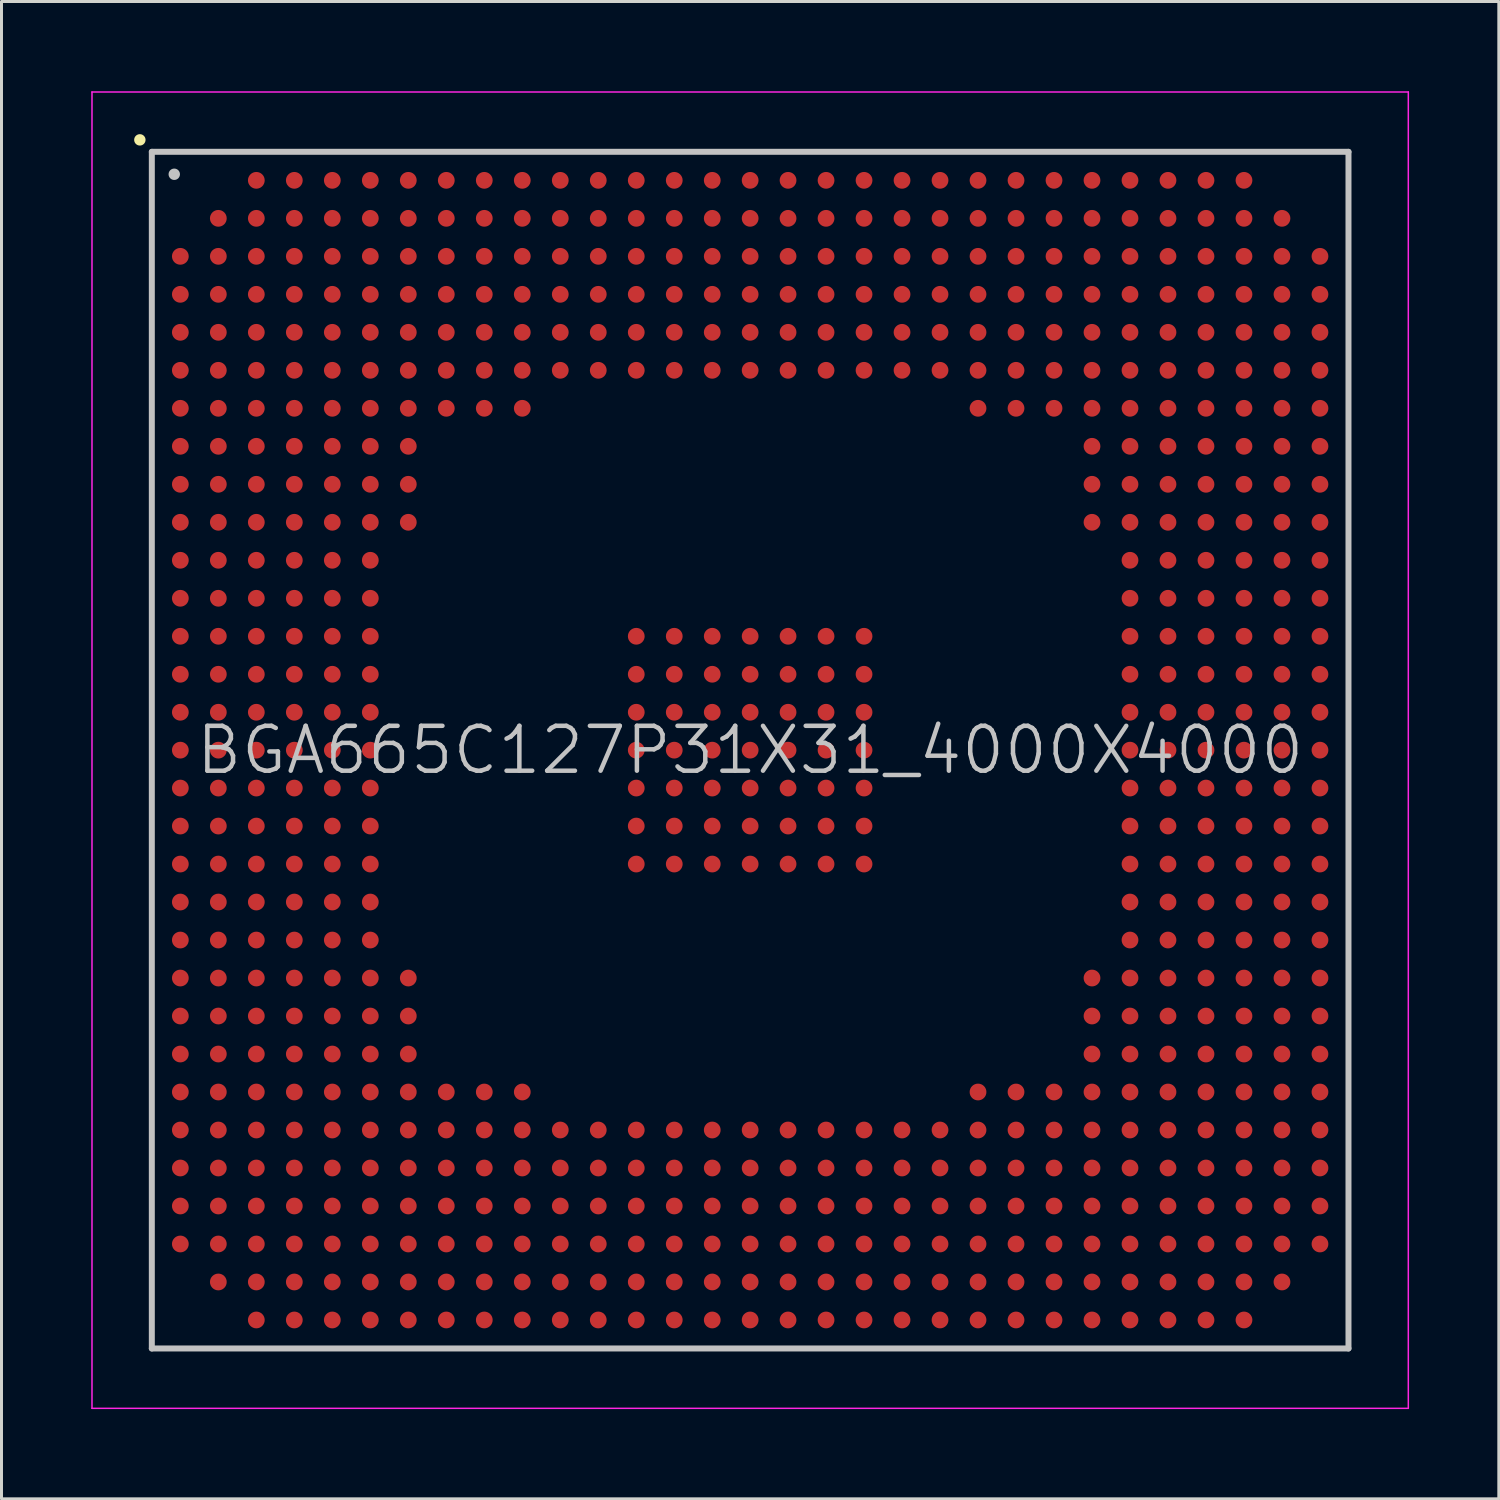
<source format=kicad_pcb>
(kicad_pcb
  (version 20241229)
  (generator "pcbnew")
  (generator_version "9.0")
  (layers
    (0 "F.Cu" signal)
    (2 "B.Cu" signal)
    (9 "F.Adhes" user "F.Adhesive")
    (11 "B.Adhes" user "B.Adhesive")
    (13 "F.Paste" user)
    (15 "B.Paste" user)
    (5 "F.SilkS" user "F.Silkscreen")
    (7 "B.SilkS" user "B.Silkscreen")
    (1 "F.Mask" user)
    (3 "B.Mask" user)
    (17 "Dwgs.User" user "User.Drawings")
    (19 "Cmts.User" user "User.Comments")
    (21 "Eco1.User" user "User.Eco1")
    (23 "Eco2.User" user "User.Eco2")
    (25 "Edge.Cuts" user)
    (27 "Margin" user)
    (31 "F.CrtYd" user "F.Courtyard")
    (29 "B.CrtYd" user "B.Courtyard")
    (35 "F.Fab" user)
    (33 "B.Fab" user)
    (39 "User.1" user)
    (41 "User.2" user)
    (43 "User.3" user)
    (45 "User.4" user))
  (footprint "BGA665C127P31X31_4000X4000"
    (layer "F.Cu")
    (at 22.025 22.025)
    (property "Reference" "BGA665C127P31X31_4000X4000" (at 0 0 0) (layer "Dwgs.User") (effects (font (size 1.5 1.5) (thickness 0.15))))
    (attr smd)
    (fp_line (start -20.4 -20.4) (end -20.4 -20.4) (stroke (width 0.381) (type solid)) (layer "F.SilkS"))
    (fp_line (start -20 -20) (end -20 20) (stroke (width 0.2) (type solid)) (layer "Dwgs.User"))
    (fp_line (start -20 -20) (end 20 -20) (stroke (width 0.2) (type solid)) (layer "Dwgs.User"))
    (fp_line (start -20 20) (end 20 20) (stroke (width 0.2) (type solid)) (layer "Dwgs.User"))
    (fp_line (start -19.25 -19.25) (end -19.25 -19.25) (stroke (width 0.381) (type solid)) (layer "Dwgs.User"))
    (fp_line (start 20 -20) (end 20 20) (stroke (width 0.2) (type solid)) (layer "Dwgs.User"))
    (fp_line (start -22 -22) (end -22 22) (stroke (width 0.05) (type solid)) (layer "F.CrtYd"))
    (fp_line (start -22 -22) (end 22 -22) (stroke (width 0.05) (type solid)) (layer "F.CrtYd"))
    (fp_line (start -22 22) (end 22 22) (stroke (width 0.05) (type solid)) (layer "F.CrtYd"))
    (fp_line (start 22 -22) (end 22 22) (stroke (width 0.05) (type solid)) (layer "F.CrtYd"))
    (pad "A3" smd circle (at -16.507 -19.047 270) (size 0.56 0.56) (layers "F.Cu" "F.Mask" "F.Paste"))
    (pad "A4" smd circle (at -15.237 -19.047 270) (size 0.56 0.56) (layers "F.Cu" "F.Mask" "F.Paste"))
    (pad "A5" smd circle (at -13.967 -19.047 270) (size 0.56 0.56) (layers "F.Cu" "F.Mask" "F.Paste"))
    (pad "A6" smd circle (at -12.697 -19.047 270) (size 0.56 0.56) (layers "F.Cu" "F.Mask" "F.Paste"))
    (pad "A7" smd circle (at -11.427 -19.047 270) (size 0.56 0.56) (layers "F.Cu" "F.Mask" "F.Paste"))
    (pad "A8" smd circle (at -10.157 -19.047 270) (size 0.56 0.56) (layers "F.Cu" "F.Mask" "F.Paste"))
    (pad "A9" smd circle (at -8.887 -19.047 270) (size 0.56 0.56) (layers "F.Cu" "F.Mask" "F.Paste"))
    (pad "A10" smd circle (at -7.617 -19.047 270) (size 0.56 0.56) (layers "F.Cu" "F.Mask" "F.Paste"))
    (pad "A11" smd circle (at -6.347 -19.047 270) (size 0.56 0.56) (layers "F.Cu" "F.Mask" "F.Paste"))
    (pad "A12" smd circle (at -5.077 -19.047 270) (size 0.56 0.56) (layers "F.Cu" "F.Mask" "F.Paste"))
    (pad "A13" smd circle (at -3.807 -19.047 270) (size 0.56 0.56) (layers "F.Cu" "F.Mask" "F.Paste"))
    (pad "A14" smd circle (at -2.537 -19.047 270) (size 0.56 0.56) (layers "F.Cu" "F.Mask" "F.Paste"))
    (pad "A15" smd circle (at -1.267 -19.047 270) (size 0.56 0.56) (layers "F.Cu" "F.Mask" "F.Paste"))
    (pad "A16" smd circle (at 0 -19.047 270) (size 0.56 0.56) (layers "F.Cu" "F.Mask" "F.Paste"))
    (pad "A17" smd circle (at 1.267 -19.047 270) (size 0.56 0.56) (layers "F.Cu" "F.Mask" "F.Paste"))
    (pad "A18" smd circle (at 2.537 -19.047 270) (size 0.56 0.56) (layers "F.Cu" "F.Mask" "F.Paste"))
    (pad "A19" smd circle (at 3.807 -19.047 270) (size 0.56 0.56) (layers "F.Cu" "F.Mask" "F.Paste"))
    (pad "A20" smd circle (at 5.077 -19.047 270) (size 0.56 0.56) (layers "F.Cu" "F.Mask" "F.Paste"))
    (pad "A21" smd circle (at 6.347 -19.047 270) (size 0.56 0.56) (layers "F.Cu" "F.Mask" "F.Paste"))
    (pad "A22" smd circle (at 7.617 -19.047 270) (size 0.56 0.56) (layers "F.Cu" "F.Mask" "F.Paste"))
    (pad "A23" smd circle (at 8.887 -19.047 270) (size 0.56 0.56) (layers "F.Cu" "F.Mask" "F.Paste"))
    (pad "A24" smd circle (at 10.157 -19.047 270) (size 0.56 0.56) (layers "F.Cu" "F.Mask" "F.Paste"))
    (pad "A25" smd circle (at 11.427 -19.047 270) (size 0.56 0.56) (layers "F.Cu" "F.Mask" "F.Paste"))
    (pad "A26" smd circle (at 12.697 -19.047 270) (size 0.56 0.56) (layers "F.Cu" "F.Mask" "F.Paste"))
    (pad "A27" smd circle (at 13.967 -19.047 270) (size 0.56 0.56) (layers "F.Cu" "F.Mask" "F.Paste"))
    (pad "A28" smd circle (at 15.237 -19.047 270) (size 0.56 0.56) (layers "F.Cu" "F.Mask" "F.Paste"))
    (pad "A29" smd circle (at 16.507 -19.047 270) (size 0.56 0.56) (layers "F.Cu" "F.Mask" "F.Paste"))
    (pad "AA1" smd circle (at -19.047 6.347 270) (size 0.56 0.56) (layers "F.Cu" "F.Mask" "F.Paste"))
    (pad "AA2" smd circle (at -17.777 6.347 270) (size 0.56 0.56) (layers "F.Cu" "F.Mask" "F.Paste"))
    (pad "AA3" smd circle (at -16.507 6.347 270) (size 0.56 0.56) (layers "F.Cu" "F.Mask" "F.Paste"))
    (pad "AA4" smd circle (at -15.237 6.347 270) (size 0.56 0.56) (layers "F.Cu" "F.Mask" "F.Paste"))
    (pad "AA5" smd circle (at -13.967 6.347 270) (size 0.56 0.56) (layers "F.Cu" "F.Mask" "F.Paste"))
    (pad "AA6" smd circle (at -12.697 6.347 270) (size 0.56 0.56) (layers "F.Cu" "F.Mask" "F.Paste"))
    (pad "AA26" smd circle (at 12.697 6.347 270) (size 0.56 0.56) (layers "F.Cu" "F.Mask" "F.Paste"))
    (pad "AA27" smd circle (at 13.967 6.347 270) (size 0.56 0.56) (layers "F.Cu" "F.Mask" "F.Paste"))
    (pad "AA28" smd circle (at 15.237 6.347 270) (size 0.56 0.56) (layers "F.Cu" "F.Mask" "F.Paste"))
    (pad "AA29" smd circle (at 16.507 6.347 270) (size 0.56 0.56) (layers "F.Cu" "F.Mask" "F.Paste"))
    (pad "AA30" smd circle (at 17.777 6.347 270) (size 0.56 0.56) (layers "F.Cu" "F.Mask" "F.Paste"))
    (pad "AA31" smd circle (at 19.047 6.347 270) (size 0.56 0.56) (layers "F.Cu" "F.Mask" "F.Paste"))
    (pad "AB1" smd circle (at -19.047 7.617 270) (size 0.56 0.56) (layers "F.Cu" "F.Mask" "F.Paste"))
    (pad "AB2" smd circle (at -17.777 7.617 270) (size 0.56 0.56) (layers "F.Cu" "F.Mask" "F.Paste"))
    (pad "AB3" smd circle (at -16.507 7.617 270) (size 0.56 0.56) (layers "F.Cu" "F.Mask" "F.Paste"))
    (pad "AB4" smd circle (at -15.237 7.617 270) (size 0.56 0.56) (layers "F.Cu" "F.Mask" "F.Paste"))
    (pad "AB5" smd circle (at -13.967 7.617 270) (size 0.56 0.56) (layers "F.Cu" "F.Mask" "F.Paste"))
    (pad "AB6" smd circle (at -12.697 7.617 270) (size 0.56 0.56) (layers "F.Cu" "F.Mask" "F.Paste"))
    (pad "AB7" smd circle (at -11.427 7.617 270) (size 0.56 0.56) (layers "F.Cu" "F.Mask" "F.Paste"))
    (pad "AB25" smd circle (at 11.427 7.617 270) (size 0.56 0.56) (layers "F.Cu" "F.Mask" "F.Paste"))
    (pad "AB26" smd circle (at 12.697 7.617 270) (size 0.56 0.56) (layers "F.Cu" "F.Mask" "F.Paste"))
    (pad "AB27" smd circle (at 13.967 7.617 270) (size 0.56 0.56) (layers "F.Cu" "F.Mask" "F.Paste"))
    (pad "AB28" smd circle (at 15.237 7.617 270) (size 0.56 0.56) (layers "F.Cu" "F.Mask" "F.Paste"))
    (pad "AB29" smd circle (at 16.507 7.617 270) (size 0.56 0.56) (layers "F.Cu" "F.Mask" "F.Paste"))
    (pad "AB30" smd circle (at 17.777 7.617 270) (size 0.56 0.56) (layers "F.Cu" "F.Mask" "F.Paste"))
    (pad "AB31" smd circle (at 19.047 7.617 270) (size 0.56 0.56) (layers "F.Cu" "F.Mask" "F.Paste"))
    (pad "AC1" smd circle (at -19.047 8.887 270) (size 0.56 0.56) (layers "F.Cu" "F.Mask" "F.Paste"))
    (pad "AC2" smd circle (at -17.777 8.887 270) (size 0.56 0.56) (layers "F.Cu" "F.Mask" "F.Paste"))
    (pad "AC3" smd circle (at -16.507 8.887 270) (size 0.56 0.56) (layers "F.Cu" "F.Mask" "F.Paste"))
    (pad "AC4" smd circle (at -15.237 8.887 270) (size 0.56 0.56) (layers "F.Cu" "F.Mask" "F.Paste"))
    (pad "AC5" smd circle (at -13.967 8.887 270) (size 0.56 0.56) (layers "F.Cu" "F.Mask" "F.Paste"))
    (pad "AC6" smd circle (at -12.697 8.887 270) (size 0.56 0.56) (layers "F.Cu" "F.Mask" "F.Paste"))
    (pad "AC7" smd circle (at -11.427 8.887 270) (size 0.56 0.56) (layers "F.Cu" "F.Mask" "F.Paste"))
    (pad "AC25" smd circle (at 11.427 8.887 270) (size 0.56 0.56) (layers "F.Cu" "F.Mask" "F.Paste"))
    (pad "AC26" smd circle (at 12.697 8.887 270) (size 0.56 0.56) (layers "F.Cu" "F.Mask" "F.Paste"))
    (pad "AC27" smd circle (at 13.967 8.887 270) (size 0.56 0.56) (layers "F.Cu" "F.Mask" "F.Paste"))
    (pad "AC28" smd circle (at 15.237 8.887 270) (size 0.56 0.56) (layers "F.Cu" "F.Mask" "F.Paste"))
    (pad "AC29" smd circle (at 16.507 8.887 270) (size 0.56 0.56) (layers "F.Cu" "F.Mask" "F.Paste"))
    (pad "AC30" smd circle (at 17.777 8.887 270) (size 0.56 0.56) (layers "F.Cu" "F.Mask" "F.Paste"))
    (pad "AC31" smd circle (at 19.047 8.887 270) (size 0.56 0.56) (layers "F.Cu" "F.Mask" "F.Paste"))
    (pad "AD1" smd circle (at -19.047 10.157 270) (size 0.56 0.56) (layers "F.Cu" "F.Mask" "F.Paste"))
    (pad "AD2" smd circle (at -17.777 10.157 270) (size 0.56 0.56) (layers "F.Cu" "F.Mask" "F.Paste"))
    (pad "AD3" smd circle (at -16.507 10.157 270) (size 0.56 0.56) (layers "F.Cu" "F.Mask" "F.Paste"))
    (pad "AD4" smd circle (at -15.237 10.157 270) (size 0.56 0.56) (layers "F.Cu" "F.Mask" "F.Paste"))
    (pad "AD5" smd circle (at -13.967 10.157 270) (size 0.56 0.56) (layers "F.Cu" "F.Mask" "F.Paste"))
    (pad "AD6" smd circle (at -12.697 10.157 270) (size 0.56 0.56) (layers "F.Cu" "F.Mask" "F.Paste"))
    (pad "AD7" smd circle (at -11.427 10.157 270) (size 0.56 0.56) (layers "F.Cu" "F.Mask" "F.Paste"))
    (pad "AD25" smd circle (at 11.427 10.157 270) (size 0.56 0.56) (layers "F.Cu" "F.Mask" "F.Paste"))
    (pad "AD26" smd circle (at 12.697 10.157 270) (size 0.56 0.56) (layers "F.Cu" "F.Mask" "F.Paste"))
    (pad "AD27" smd circle (at 13.967 10.157 270) (size 0.56 0.56) (layers "F.Cu" "F.Mask" "F.Paste"))
    (pad "AD28" smd circle (at 15.237 10.157 270) (size 0.56 0.56) (layers "F.Cu" "F.Mask" "F.Paste"))
    (pad "AD29" smd circle (at 16.507 10.157 270) (size 0.56 0.56) (layers "F.Cu" "F.Mask" "F.Paste"))
    (pad "AD30" smd circle (at 17.777 10.157 270) (size 0.56 0.56) (layers "F.Cu" "F.Mask" "F.Paste"))
    (pad "AD31" smd circle (at 19.047 10.157 270) (size 0.56 0.56) (layers "F.Cu" "F.Mask" "F.Paste"))
    (pad "AE1" smd circle (at -19.047 11.427 270) (size 0.56 0.56) (layers "F.Cu" "F.Mask" "F.Paste"))
    (pad "AE2" smd circle (at -17.777 11.427 270) (size 0.56 0.56) (layers "F.Cu" "F.Mask" "F.Paste"))
    (pad "AE3" smd circle (at -16.507 11.427 270) (size 0.56 0.56) (layers "F.Cu" "F.Mask" "F.Paste"))
    (pad "AE4" smd circle (at -15.237 11.427 270) (size 0.56 0.56) (layers "F.Cu" "F.Mask" "F.Paste"))
    (pad "AE5" smd circle (at -13.967 11.427 270) (size 0.56 0.56) (layers "F.Cu" "F.Mask" "F.Paste"))
    (pad "AE6" smd circle (at -12.697 11.427 270) (size 0.56 0.56) (layers "F.Cu" "F.Mask" "F.Paste"))
    (pad "AE7" smd circle (at -11.427 11.427 270) (size 0.56 0.56) (layers "F.Cu" "F.Mask" "F.Paste"))
    (pad "AE8" smd circle (at -10.157 11.427 270) (size 0.56 0.56) (layers "F.Cu" "F.Mask" "F.Paste"))
    (pad "AE9" smd circle (at -8.887 11.427 270) (size 0.56 0.56) (layers "F.Cu" "F.Mask" "F.Paste"))
    (pad "AE10" smd circle (at -7.617 11.427 270) (size 0.56 0.56) (layers "F.Cu" "F.Mask" "F.Paste"))
    (pad "AE22" smd circle (at 7.617 11.427 270) (size 0.56 0.56) (layers "F.Cu" "F.Mask" "F.Paste"))
    (pad "AE23" smd circle (at 8.887 11.427 270) (size 0.56 0.56) (layers "F.Cu" "F.Mask" "F.Paste"))
    (pad "AE24" smd circle (at 10.157 11.427 270) (size 0.56 0.56) (layers "F.Cu" "F.Mask" "F.Paste"))
    (pad "AE25" smd circle (at 11.427 11.427 270) (size 0.56 0.56) (layers "F.Cu" "F.Mask" "F.Paste"))
    (pad "AE26" smd circle (at 12.697 11.427 270) (size 0.56 0.56) (layers "F.Cu" "F.Mask" "F.Paste"))
    (pad "AE27" smd circle (at 13.967 11.427 270) (size 0.56 0.56) (layers "F.Cu" "F.Mask" "F.Paste"))
    (pad "AE28" smd circle (at 15.237 11.427 270) (size 0.56 0.56) (layers "F.Cu" "F.Mask" "F.Paste"))
    (pad "AE29" smd circle (at 16.507 11.427 270) (size 0.56 0.56) (layers "F.Cu" "F.Mask" "F.Paste"))
    (pad "AE30" smd circle (at 17.777 11.427 270) (size 0.56 0.56) (layers "F.Cu" "F.Mask" "F.Paste"))
    (pad "AE31" smd circle (at 19.047 11.427 270) (size 0.56 0.56) (layers "F.Cu" "F.Mask" "F.Paste"))
    (pad "AF1" smd circle (at -19.047 12.697 270) (size 0.56 0.56) (layers "F.Cu" "F.Mask" "F.Paste"))
    (pad "AF2" smd circle (at -17.777 12.697 270) (size 0.56 0.56) (layers "F.Cu" "F.Mask" "F.Paste"))
    (pad "AF3" smd circle (at -16.507 12.697 270) (size 0.56 0.56) (layers "F.Cu" "F.Mask" "F.Paste"))
    (pad "AF4" smd circle (at -15.237 12.697 270) (size 0.56 0.56) (layers "F.Cu" "F.Mask" "F.Paste"))
    (pad "AF5" smd circle (at -13.967 12.697 270) (size 0.56 0.56) (layers "F.Cu" "F.Mask" "F.Paste"))
    (pad "AF6" smd circle (at -12.697 12.697 270) (size 0.56 0.56) (layers "F.Cu" "F.Mask" "F.Paste"))
    (pad "AF7" smd circle (at -11.427 12.697 270) (size 0.56 0.56) (layers "F.Cu" "F.Mask" "F.Paste"))
    (pad "AF8" smd circle (at -10.157 12.697 270) (size 0.56 0.56) (layers "F.Cu" "F.Mask" "F.Paste"))
    (pad "AF9" smd circle (at -8.887 12.697 270) (size 0.56 0.56) (layers "F.Cu" "F.Mask" "F.Paste"))
    (pad "AF10" smd circle (at -7.617 12.697 270) (size 0.56 0.56) (layers "F.Cu" "F.Mask" "F.Paste"))
    (pad "AF11" smd circle (at -6.347 12.697 270) (size 0.56 0.56) (layers "F.Cu" "F.Mask" "F.Paste"))
    (pad "AF12" smd circle (at -5.077 12.697 270) (size 0.56 0.56) (layers "F.Cu" "F.Mask" "F.Paste"))
    (pad "AF13" smd circle (at -3.807 12.697 270) (size 0.56 0.56) (layers "F.Cu" "F.Mask" "F.Paste"))
    (pad "AF14" smd circle (at -2.537 12.697 270) (size 0.56 0.56) (layers "F.Cu" "F.Mask" "F.Paste"))
    (pad "AF15" smd circle (at -1.267 12.697 270) (size 0.56 0.56) (layers "F.Cu" "F.Mask" "F.Paste"))
    (pad "AF16" smd circle (at 0 12.697 270) (size 0.56 0.56) (layers "F.Cu" "F.Mask" "F.Paste"))
    (pad "AF17" smd circle (at 1.267 12.697 270) (size 0.56 0.56) (layers "F.Cu" "F.Mask" "F.Paste"))
    (pad "AF18" smd circle (at 2.537 12.697 270) (size 0.56 0.56) (layers "F.Cu" "F.Mask" "F.Paste"))
    (pad "AF19" smd circle (at 3.807 12.697 270) (size 0.56 0.56) (layers "F.Cu" "F.Mask" "F.Paste"))
    (pad "AF20" smd circle (at 5.077 12.697 270) (size 0.56 0.56) (layers "F.Cu" "F.Mask" "F.Paste"))
    (pad "AF21" smd circle (at 6.347 12.697 270) (size 0.56 0.56) (layers "F.Cu" "F.Mask" "F.Paste"))
    (pad "AF22" smd circle (at 7.617 12.697 270) (size 0.56 0.56) (layers "F.Cu" "F.Mask" "F.Paste"))
    (pad "AF23" smd circle (at 8.887 12.697 270) (size 0.56 0.56) (layers "F.Cu" "F.Mask" "F.Paste"))
    (pad "AF24" smd circle (at 10.157 12.697 270) (size 0.56 0.56) (layers "F.Cu" "F.Mask" "F.Paste"))
    (pad "AF25" smd circle (at 11.427 12.697 270) (size 0.56 0.56) (layers "F.Cu" "F.Mask" "F.Paste"))
    (pad "AF26" smd circle (at 12.697 12.697 270) (size 0.56 0.56) (layers "F.Cu" "F.Mask" "F.Paste"))
    (pad "AF27" smd circle (at 13.967 12.697 270) (size 0.56 0.56) (layers "F.Cu" "F.Mask" "F.Paste"))
    (pad "AF28" smd circle (at 15.237 12.697 270) (size 0.56 0.56) (layers "F.Cu" "F.Mask" "F.Paste"))
    (pad "AF29" smd circle (at 16.507 12.697 270) (size 0.56 0.56) (layers "F.Cu" "F.Mask" "F.Paste"))
    (pad "AF30" smd circle (at 17.777 12.697 270) (size 0.56 0.56) (layers "F.Cu" "F.Mask" "F.Paste"))
    (pad "AF31" smd circle (at 19.047 12.697 270) (size 0.56 0.56) (layers "F.Cu" "F.Mask" "F.Paste"))
    (pad "AG1" smd circle (at -19.047 13.967 270) (size 0.56 0.56) (layers "F.Cu" "F.Mask" "F.Paste"))
    (pad "AG2" smd circle (at -17.777 13.967 270) (size 0.56 0.56) (layers "F.Cu" "F.Mask" "F.Paste"))
    (pad "AG3" smd circle (at -16.507 13.967 270) (size 0.56 0.56) (layers "F.Cu" "F.Mask" "F.Paste"))
    (pad "AG4" smd circle (at -15.237 13.967 270) (size 0.56 0.56) (layers "F.Cu" "F.Mask" "F.Paste"))
    (pad "AG5" smd circle (at -13.967 13.967 270) (size 0.56 0.56) (layers "F.Cu" "F.Mask" "F.Paste"))
    (pad "AG6" smd circle (at -12.697 13.967 270) (size 0.56 0.56) (layers "F.Cu" "F.Mask" "F.Paste"))
    (pad "AG7" smd circle (at -11.427 13.967 270) (size 0.56 0.56) (layers "F.Cu" "F.Mask" "F.Paste"))
    (pad "AG8" smd circle (at -10.157 13.967 270) (size 0.56 0.56) (layers "F.Cu" "F.Mask" "F.Paste"))
    (pad "AG9" smd circle (at -8.887 13.967 270) (size 0.56 0.56) (layers "F.Cu" "F.Mask" "F.Paste"))
    (pad "AG10" smd circle (at -7.617 13.967 270) (size 0.56 0.56) (layers "F.Cu" "F.Mask" "F.Paste"))
    (pad "AG11" smd circle (at -6.347 13.967 270) (size 0.56 0.56) (layers "F.Cu" "F.Mask" "F.Paste"))
    (pad "AG12" smd circle (at -5.077 13.967 270) (size 0.56 0.56) (layers "F.Cu" "F.Mask" "F.Paste"))
    (pad "AG13" smd circle (at -3.807 13.967 270) (size 0.56 0.56) (layers "F.Cu" "F.Mask" "F.Paste"))
    (pad "AG14" smd circle (at -2.537 13.967 270) (size 0.56 0.56) (layers "F.Cu" "F.Mask" "F.Paste"))
    (pad "AG15" smd circle (at -1.267 13.967 270) (size 0.56 0.56) (layers "F.Cu" "F.Mask" "F.Paste"))
    (pad "AG16" smd circle (at 0 13.967 270) (size 0.56 0.56) (layers "F.Cu" "F.Mask" "F.Paste"))
    (pad "AG17" smd circle (at 1.267 13.967 270) (size 0.56 0.56) (layers "F.Cu" "F.Mask" "F.Paste"))
    (pad "AG18" smd circle (at 2.537 13.967 270) (size 0.56 0.56) (layers "F.Cu" "F.Mask" "F.Paste"))
    (pad "AG19" smd circle (at 3.807 13.967 270) (size 0.56 0.56) (layers "F.Cu" "F.Mask" "F.Paste"))
    (pad "AG20" smd circle (at 5.077 13.967 270) (size 0.56 0.56) (layers "F.Cu" "F.Mask" "F.Paste"))
    (pad "AG21" smd circle (at 6.347 13.967 270) (size 0.56 0.56) (layers "F.Cu" "F.Mask" "F.Paste"))
    (pad "AG22" smd circle (at 7.617 13.967 270) (size 0.56 0.56) (layers "F.Cu" "F.Mask" "F.Paste"))
    (pad "AG23" smd circle (at 8.887 13.967 270) (size 0.56 0.56) (layers "F.Cu" "F.Mask" "F.Paste"))
    (pad "AG24" smd circle (at 10.157 13.967 270) (size 0.56 0.56) (layers "F.Cu" "F.Mask" "F.Paste"))
    (pad "AG25" smd circle (at 11.427 13.967 270) (size 0.56 0.56) (layers "F.Cu" "F.Mask" "F.Paste"))
    (pad "AG26" smd circle (at 12.697 13.967 270) (size 0.56 0.56) (layers "F.Cu" "F.Mask" "F.Paste"))
    (pad "AG27" smd circle (at 13.967 13.967 270) (size 0.56 0.56) (layers "F.Cu" "F.Mask" "F.Paste"))
    (pad "AG28" smd circle (at 15.237 13.967 270) (size 0.56 0.56) (layers "F.Cu" "F.Mask" "F.Paste"))
    (pad "AG29" smd circle (at 16.507 13.967 270) (size 0.56 0.56) (layers "F.Cu" "F.Mask" "F.Paste"))
    (pad "AG30" smd circle (at 17.777 13.967 270) (size 0.56 0.56) (layers "F.Cu" "F.Mask" "F.Paste"))
    (pad "AG31" smd circle (at 19.047 13.967 270) (size 0.56 0.56) (layers "F.Cu" "F.Mask" "F.Paste"))
    (pad "AH1" smd circle (at -19.047 15.237 270) (size 0.56 0.56) (layers "F.Cu" "F.Mask" "F.Paste"))
    (pad "AH2" smd circle (at -17.777 15.237 270) (size 0.56 0.56) (layers "F.Cu" "F.Mask" "F.Paste"))
    (pad "AH3" smd circle (at -16.507 15.237 270) (size 0.56 0.56) (layers "F.Cu" "F.Mask" "F.Paste"))
    (pad "AH4" smd circle (at -15.237 15.237 270) (size 0.56 0.56) (layers "F.Cu" "F.Mask" "F.Paste"))
    (pad "AH5" smd circle (at -13.967 15.237 270) (size 0.56 0.56) (layers "F.Cu" "F.Mask" "F.Paste"))
    (pad "AH6" smd circle (at -12.697 15.237 270) (size 0.56 0.56) (layers "F.Cu" "F.Mask" "F.Paste"))
    (pad "AH7" smd circle (at -11.427 15.237 270) (size 0.56 0.56) (layers "F.Cu" "F.Mask" "F.Paste"))
    (pad "AH8" smd circle (at -10.157 15.237 270) (size 0.56 0.56) (layers "F.Cu" "F.Mask" "F.Paste"))
    (pad "AH9" smd circle (at -8.887 15.237 270) (size 0.56 0.56) (layers "F.Cu" "F.Mask" "F.Paste"))
    (pad "AH10" smd circle (at -7.617 15.237 270) (size 0.56 0.56) (layers "F.Cu" "F.Mask" "F.Paste"))
    (pad "AH11" smd circle (at -6.347 15.237 270) (size 0.56 0.56) (layers "F.Cu" "F.Mask" "F.Paste"))
    (pad "AH12" smd circle (at -5.077 15.237 270) (size 0.56 0.56) (layers "F.Cu" "F.Mask" "F.Paste"))
    (pad "AH13" smd circle (at -3.807 15.237 270) (size 0.56 0.56) (layers "F.Cu" "F.Mask" "F.Paste"))
    (pad "AH14" smd circle (at -2.537 15.237 270) (size 0.56 0.56) (layers "F.Cu" "F.Mask" "F.Paste"))
    (pad "AH15" smd circle (at -1.267 15.237 270) (size 0.56 0.56) (layers "F.Cu" "F.Mask" "F.Paste"))
    (pad "AH16" smd circle (at 0 15.237 270) (size 0.56 0.56) (layers "F.Cu" "F.Mask" "F.Paste"))
    (pad "AH17" smd circle (at 1.267 15.237 270) (size 0.56 0.56) (layers "F.Cu" "F.Mask" "F.Paste"))
    (pad "AH18" smd circle (at 2.537 15.237 270) (size 0.56 0.56) (layers "F.Cu" "F.Mask" "F.Paste"))
    (pad "AH19" smd circle (at 3.807 15.237 270) (size 0.56 0.56) (layers "F.Cu" "F.Mask" "F.Paste"))
    (pad "AH20" smd circle (at 5.077 15.237 270) (size 0.56 0.56) (layers "F.Cu" "F.Mask" "F.Paste"))
    (pad "AH21" smd circle (at 6.347 15.237 270) (size 0.56 0.56) (layers "F.Cu" "F.Mask" "F.Paste"))
    (pad "AH22" smd circle (at 7.617 15.237 270) (size 0.56 0.56) (layers "F.Cu" "F.Mask" "F.Paste"))
    (pad "AH23" smd circle (at 8.887 15.237 270) (size 0.56 0.56) (layers "F.Cu" "F.Mask" "F.Paste"))
    (pad "AH24" smd circle (at 10.157 15.237 270) (size 0.56 0.56) (layers "F.Cu" "F.Mask" "F.Paste"))
    (pad "AH25" smd circle (at 11.427 15.237 270) (size 0.56 0.56) (layers "F.Cu" "F.Mask" "F.Paste"))
    (pad "AH26" smd circle (at 12.697 15.237 270) (size 0.56 0.56) (layers "F.Cu" "F.Mask" "F.Paste"))
    (pad "AH27" smd circle (at 13.967 15.237 270) (size 0.56 0.56) (layers "F.Cu" "F.Mask" "F.Paste"))
    (pad "AH28" smd circle (at 15.237 15.237 270) (size 0.56 0.56) (layers "F.Cu" "F.Mask" "F.Paste"))
    (pad "AH29" smd circle (at 16.507 15.237 270) (size 0.56 0.56) (layers "F.Cu" "F.Mask" "F.Paste"))
    (pad "AH30" smd circle (at 17.777 15.237 270) (size 0.56 0.56) (layers "F.Cu" "F.Mask" "F.Paste"))
    (pad "AH31" smd circle (at 19.047 15.237 270) (size 0.56 0.56) (layers "F.Cu" "F.Mask" "F.Paste"))
    (pad "AJ1" smd circle (at -19.047 16.507 270) (size 0.56 0.56) (layers "F.Cu" "F.Mask" "F.Paste"))
    (pad "AJ2" smd circle (at -17.777 16.507 270) (size 0.56 0.56) (layers "F.Cu" "F.Mask" "F.Paste"))
    (pad "AJ3" smd circle (at -16.507 16.507 270) (size 0.56 0.56) (layers "F.Cu" "F.Mask" "F.Paste"))
    (pad "AJ4" smd circle (at -15.237 16.507 270) (size 0.56 0.56) (layers "F.Cu" "F.Mask" "F.Paste"))
    (pad "AJ5" smd circle (at -13.967 16.507 270) (size 0.56 0.56) (layers "F.Cu" "F.Mask" "F.Paste"))
    (pad "AJ6" smd circle (at -12.697 16.507 270) (size 0.56 0.56) (layers "F.Cu" "F.Mask" "F.Paste"))
    (pad "AJ7" smd circle (at -11.427 16.507 270) (size 0.56 0.56) (layers "F.Cu" "F.Mask" "F.Paste"))
    (pad "AJ8" smd circle (at -10.157 16.507 270) (size 0.56 0.56) (layers "F.Cu" "F.Mask" "F.Paste"))
    (pad "AJ9" smd circle (at -8.887 16.507 270) (size 0.56 0.56) (layers "F.Cu" "F.Mask" "F.Paste"))
    (pad "AJ10" smd circle (at -7.617 16.507 270) (size 0.56 0.56) (layers "F.Cu" "F.Mask" "F.Paste"))
    (pad "AJ11" smd circle (at -6.347 16.507 270) (size 0.56 0.56) (layers "F.Cu" "F.Mask" "F.Paste"))
    (pad "AJ12" smd circle (at -5.077 16.507 270) (size 0.56 0.56) (layers "F.Cu" "F.Mask" "F.Paste"))
    (pad "AJ13" smd circle (at -3.807 16.507 270) (size 0.56 0.56) (layers "F.Cu" "F.Mask" "F.Paste"))
    (pad "AJ14" smd circle (at -2.537 16.507 270) (size 0.56 0.56) (layers "F.Cu" "F.Mask" "F.Paste"))
    (pad "AJ15" smd circle (at -1.267 16.507 270) (size 0.56 0.56) (layers "F.Cu" "F.Mask" "F.Paste"))
    (pad "AJ16" smd circle (at 0 16.507 270) (size 0.56 0.56) (layers "F.Cu" "F.Mask" "F.Paste"))
    (pad "AJ17" smd circle (at 1.267 16.507 270) (size 0.56 0.56) (layers "F.Cu" "F.Mask" "F.Paste"))
    (pad "AJ18" smd circle (at 2.537 16.507 270) (size 0.56 0.56) (layers "F.Cu" "F.Mask" "F.Paste"))
    (pad "AJ19" smd circle (at 3.807 16.507 270) (size 0.56 0.56) (layers "F.Cu" "F.Mask" "F.Paste"))
    (pad "AJ20" smd circle (at 5.077 16.507 270) (size 0.56 0.56) (layers "F.Cu" "F.Mask" "F.Paste"))
    (pad "AJ21" smd circle (at 6.347 16.507 270) (size 0.56 0.56) (layers "F.Cu" "F.Mask" "F.Paste"))
    (pad "AJ22" smd circle (at 7.617 16.507 270) (size 0.56 0.56) (layers "F.Cu" "F.Mask" "F.Paste"))
    (pad "AJ23" smd circle (at 8.887 16.507 270) (size 0.56 0.56) (layers "F.Cu" "F.Mask" "F.Paste"))
    (pad "AJ24" smd circle (at 10.157 16.507 270) (size 0.56 0.56) (layers "F.Cu" "F.Mask" "F.Paste"))
    (pad "AJ25" smd circle (at 11.427 16.507 270) (size 0.56 0.56) (layers "F.Cu" "F.Mask" "F.Paste"))
    (pad "AJ26" smd circle (at 12.697 16.507 270) (size 0.56 0.56) (layers "F.Cu" "F.Mask" "F.Paste"))
    (pad "AJ27" smd circle (at 13.967 16.507 270) (size 0.56 0.56) (layers "F.Cu" "F.Mask" "F.Paste"))
    (pad "AJ28" smd circle (at 15.237 16.507 270) (size 0.56 0.56) (layers "F.Cu" "F.Mask" "F.Paste"))
    (pad "AJ29" smd circle (at 16.507 16.507 270) (size 0.56 0.56) (layers "F.Cu" "F.Mask" "F.Paste"))
    (pad "AJ30" smd circle (at 17.777 16.507 270) (size 0.56 0.56) (layers "F.Cu" "F.Mask" "F.Paste"))
    (pad "AJ31" smd circle (at 19.047 16.507 270) (size 0.56 0.56) (layers "F.Cu" "F.Mask" "F.Paste"))
    (pad "AK2" smd circle (at -17.777 17.777 270) (size 0.56 0.56) (layers "F.Cu" "F.Mask" "F.Paste"))
    (pad "AK3" smd circle (at -16.507 17.777 270) (size 0.56 0.56) (layers "F.Cu" "F.Mask" "F.Paste"))
    (pad "AK4" smd circle (at -15.237 17.777 270) (size 0.56 0.56) (layers "F.Cu" "F.Mask" "F.Paste"))
    (pad "AK5" smd circle (at -13.967 17.777 270) (size 0.56 0.56) (layers "F.Cu" "F.Mask" "F.Paste"))
    (pad "AK6" smd circle (at -12.697 17.777 270) (size 0.56 0.56) (layers "F.Cu" "F.Mask" "F.Paste"))
    (pad "AK7" smd circle (at -11.427 17.777 270) (size 0.56 0.56) (layers "F.Cu" "F.Mask" "F.Paste"))
    (pad "AK8" smd circle (at -10.157 17.777 270) (size 0.56 0.56) (layers "F.Cu" "F.Mask" "F.Paste"))
    (pad "AK9" smd circle (at -8.887 17.777 270) (size 0.56 0.56) (layers "F.Cu" "F.Mask" "F.Paste"))
    (pad "AK10" smd circle (at -7.617 17.777 270) (size 0.56 0.56) (layers "F.Cu" "F.Mask" "F.Paste"))
    (pad "AK11" smd circle (at -6.347 17.777 270) (size 0.56 0.56) (layers "F.Cu" "F.Mask" "F.Paste"))
    (pad "AK12" smd circle (at -5.077 17.777 270) (size 0.56 0.56) (layers "F.Cu" "F.Mask" "F.Paste"))
    (pad "AK13" smd circle (at -3.807 17.777 270) (size 0.56 0.56) (layers "F.Cu" "F.Mask" "F.Paste"))
    (pad "AK14" smd circle (at -2.537 17.777 270) (size 0.56 0.56) (layers "F.Cu" "F.Mask" "F.Paste"))
    (pad "AK15" smd circle (at -1.267 17.777 270) (size 0.56 0.56) (layers "F.Cu" "F.Mask" "F.Paste"))
    (pad "AK16" smd circle (at 0 17.777 270) (size 0.56 0.56) (layers "F.Cu" "F.Mask" "F.Paste"))
    (pad "AK17" smd circle (at 1.267 17.777 270) (size 0.56 0.56) (layers "F.Cu" "F.Mask" "F.Paste"))
    (pad "AK18" smd circle (at 2.537 17.777 270) (size 0.56 0.56) (layers "F.Cu" "F.Mask" "F.Paste"))
    (pad "AK19" smd circle (at 3.807 17.777 270) (size 0.56 0.56) (layers "F.Cu" "F.Mask" "F.Paste"))
    (pad "AK20" smd circle (at 5.077 17.777 270) (size 0.56 0.56) (layers "F.Cu" "F.Mask" "F.Paste"))
    (pad "AK21" smd circle (at 6.347 17.777 270) (size 0.56 0.56) (layers "F.Cu" "F.Mask" "F.Paste"))
    (pad "AK22" smd circle (at 7.617 17.777 270) (size 0.56 0.56) (layers "F.Cu" "F.Mask" "F.Paste"))
    (pad "AK23" smd circle (at 8.887 17.777 270) (size 0.56 0.56) (layers "F.Cu" "F.Mask" "F.Paste"))
    (pad "AK24" smd circle (at 10.157 17.777 270) (size 0.56 0.56) (layers "F.Cu" "F.Mask" "F.Paste"))
    (pad "AK25" smd circle (at 11.427 17.777 270) (size 0.56 0.56) (layers "F.Cu" "F.Mask" "F.Paste"))
    (pad "AK26" smd circle (at 12.697 17.777 270) (size 0.56 0.56) (layers "F.Cu" "F.Mask" "F.Paste"))
    (pad "AK27" smd circle (at 13.967 17.777 270) (size 0.56 0.56) (layers "F.Cu" "F.Mask" "F.Paste"))
    (pad "AK28" smd circle (at 15.237 17.777 270) (size 0.56 0.56) (layers "F.Cu" "F.Mask" "F.Paste"))
    (pad "AK29" smd circle (at 16.507 17.777 270) (size 0.56 0.56) (layers "F.Cu" "F.Mask" "F.Paste"))
    (pad "AK30" smd circle (at 17.777 17.777 270) (size 0.56 0.56) (layers "F.Cu" "F.Mask" "F.Paste"))
    (pad "AL3" smd circle (at -16.507 19.047 270) (size 0.56 0.56) (layers "F.Cu" "F.Mask" "F.Paste"))
    (pad "AL4" smd circle (at -15.237 19.047 270) (size 0.56 0.56) (layers "F.Cu" "F.Mask" "F.Paste"))
    (pad "AL5" smd circle (at -13.967 19.047 270) (size 0.56 0.56) (layers "F.Cu" "F.Mask" "F.Paste"))
    (pad "AL6" smd circle (at -12.697 19.047 270) (size 0.56 0.56) (layers "F.Cu" "F.Mask" "F.Paste"))
    (pad "AL7" smd circle (at -11.427 19.047 270) (size 0.56 0.56) (layers "F.Cu" "F.Mask" "F.Paste"))
    (pad "AL8" smd circle (at -10.157 19.047 270) (size 0.56 0.56) (layers "F.Cu" "F.Mask" "F.Paste"))
    (pad "AL9" smd circle (at -8.887 19.047 270) (size 0.56 0.56) (layers "F.Cu" "F.Mask" "F.Paste"))
    (pad "AL10" smd circle (at -7.617 19.047 270) (size 0.56 0.56) (layers "F.Cu" "F.Mask" "F.Paste"))
    (pad "AL11" smd circle (at -6.347 19.047 270) (size 0.56 0.56) (layers "F.Cu" "F.Mask" "F.Paste"))
    (pad "AL12" smd circle (at -5.077 19.047 270) (size 0.56 0.56) (layers "F.Cu" "F.Mask" "F.Paste"))
    (pad "AL13" smd circle (at -3.807 19.047 270) (size 0.56 0.56) (layers "F.Cu" "F.Mask" "F.Paste"))
    (pad "AL14" smd circle (at -2.537 19.047 270) (size 0.56 0.56) (layers "F.Cu" "F.Mask" "F.Paste"))
    (pad "AL15" smd circle (at -1.267 19.047 270) (size 0.56 0.56) (layers "F.Cu" "F.Mask" "F.Paste"))
    (pad "AL16" smd circle (at 0 19.047 270) (size 0.56 0.56) (layers "F.Cu" "F.Mask" "F.Paste"))
    (pad "AL17" smd circle (at 1.267 19.047 270) (size 0.56 0.56) (layers "F.Cu" "F.Mask" "F.Paste"))
    (pad "AL18" smd circle (at 2.537 19.047 270) (size 0.56 0.56) (layers "F.Cu" "F.Mask" "F.Paste"))
    (pad "AL19" smd circle (at 3.807 19.047 270) (size 0.56 0.56) (layers "F.Cu" "F.Mask" "F.Paste"))
    (pad "AL20" smd circle (at 5.077 19.047 270) (size 0.56 0.56) (layers "F.Cu" "F.Mask" "F.Paste"))
    (pad "AL21" smd circle (at 6.347 19.047 270) (size 0.56 0.56) (layers "F.Cu" "F.Mask" "F.Paste"))
    (pad "AL22" smd circle (at 7.617 19.047 270) (size 0.56 0.56) (layers "F.Cu" "F.Mask" "F.Paste"))
    (pad "AL23" smd circle (at 8.887 19.047 270) (size 0.56 0.56) (layers "F.Cu" "F.Mask" "F.Paste"))
    (pad "AL24" smd circle (at 10.157 19.047 270) (size 0.56 0.56) (layers "F.Cu" "F.Mask" "F.Paste"))
    (pad "AL25" smd circle (at 11.427 19.047 270) (size 0.56 0.56) (layers "F.Cu" "F.Mask" "F.Paste"))
    (pad "AL26" smd circle (at 12.697 19.047 270) (size 0.56 0.56) (layers "F.Cu" "F.Mask" "F.Paste"))
    (pad "AL27" smd circle (at 13.967 19.047 270) (size 0.56 0.56) (layers "F.Cu" "F.Mask" "F.Paste"))
    (pad "AL28" smd circle (at 15.237 19.047 270) (size 0.56 0.56) (layers "F.Cu" "F.Mask" "F.Paste"))
    (pad "AL29" smd circle (at 16.507 19.047 270) (size 0.56 0.56) (layers "F.Cu" "F.Mask" "F.Paste"))
    (pad "B2" smd circle (at -17.777 -17.777 270) (size 0.56 0.56) (layers "F.Cu" "F.Mask" "F.Paste"))
    (pad "B3" smd circle (at -16.507 -17.777 270) (size 0.56 0.56) (layers "F.Cu" "F.Mask" "F.Paste"))
    (pad "B4" smd circle (at -15.237 -17.777 270) (size 0.56 0.56) (layers "F.Cu" "F.Mask" "F.Paste"))
    (pad "B5" smd circle (at -13.967 -17.777 270) (size 0.56 0.56) (layers "F.Cu" "F.Mask" "F.Paste"))
    (pad "B6" smd circle (at -12.697 -17.777 270) (size 0.56 0.56) (layers "F.Cu" "F.Mask" "F.Paste"))
    (pad "B7" smd circle (at -11.427 -17.777 270) (size 0.56 0.56) (layers "F.Cu" "F.Mask" "F.Paste"))
    (pad "B8" smd circle (at -10.157 -17.777 270) (size 0.56 0.56) (layers "F.Cu" "F.Mask" "F.Paste"))
    (pad "B9" smd circle (at -8.887 -17.777 270) (size 0.56 0.56) (layers "F.Cu" "F.Mask" "F.Paste"))
    (pad "B10" smd circle (at -7.617 -17.777 270) (size 0.56 0.56) (layers "F.Cu" "F.Mask" "F.Paste"))
    (pad "B11" smd circle (at -6.347 -17.777 270) (size 0.56 0.56) (layers "F.Cu" "F.Mask" "F.Paste"))
    (pad "B12" smd circle (at -5.077 -17.777 270) (size 0.56 0.56) (layers "F.Cu" "F.Mask" "F.Paste"))
    (pad "B13" smd circle (at -3.807 -17.777 270) (size 0.56 0.56) (layers "F.Cu" "F.Mask" "F.Paste"))
    (pad "B14" smd circle (at -2.537 -17.777 270) (size 0.56 0.56) (layers "F.Cu" "F.Mask" "F.Paste"))
    (pad "B15" smd circle (at -1.267 -17.777 270) (size 0.56 0.56) (layers "F.Cu" "F.Mask" "F.Paste"))
    (pad "B16" smd circle (at 0 -17.777 270) (size 0.56 0.56) (layers "F.Cu" "F.Mask" "F.Paste"))
    (pad "B17" smd circle (at 1.267 -17.777 270) (size 0.56 0.56) (layers "F.Cu" "F.Mask" "F.Paste"))
    (pad "B18" smd circle (at 2.537 -17.777 270) (size 0.56 0.56) (layers "F.Cu" "F.Mask" "F.Paste"))
    (pad "B19" smd circle (at 3.807 -17.777 270) (size 0.56 0.56) (layers "F.Cu" "F.Mask" "F.Paste"))
    (pad "B20" smd circle (at 5.077 -17.777 270) (size 0.56 0.56) (layers "F.Cu" "F.Mask" "F.Paste"))
    (pad "B21" smd circle (at 6.347 -17.777 270) (size 0.56 0.56) (layers "F.Cu" "F.Mask" "F.Paste"))
    (pad "B22" smd circle (at 7.617 -17.777 270) (size 0.56 0.56) (layers "F.Cu" "F.Mask" "F.Paste"))
    (pad "B23" smd circle (at 8.887 -17.777 270) (size 0.56 0.56) (layers "F.Cu" "F.Mask" "F.Paste"))
    (pad "B24" smd circle (at 10.157 -17.777 270) (size 0.56 0.56) (layers "F.Cu" "F.Mask" "F.Paste"))
    (pad "B25" smd circle (at 11.427 -17.777 270) (size 0.56 0.56) (layers "F.Cu" "F.Mask" "F.Paste"))
    (pad "B26" smd circle (at 12.697 -17.777 270) (size 0.56 0.56) (layers "F.Cu" "F.Mask" "F.Paste"))
    (pad "B27" smd circle (at 13.967 -17.777 270) (size 0.56 0.56) (layers "F.Cu" "F.Mask" "F.Paste"))
    (pad "B28" smd circle (at 15.237 -17.777 270) (size 0.56 0.56) (layers "F.Cu" "F.Mask" "F.Paste"))
    (pad "B29" smd circle (at 16.507 -17.777 270) (size 0.56 0.56) (layers "F.Cu" "F.Mask" "F.Paste"))
    (pad "B30" smd circle (at 17.777 -17.777 270) (size 0.56 0.56) (layers "F.Cu" "F.Mask" "F.Paste"))
    (pad "C1" smd circle (at -19.047 -16.507 270) (size 0.56 0.56) (layers "F.Cu" "F.Mask" "F.Paste"))
    (pad "C2" smd circle (at -17.777 -16.507 270) (size 0.56 0.56) (layers "F.Cu" "F.Mask" "F.Paste"))
    (pad "C3" smd circle (at -16.507 -16.507 270) (size 0.56 0.56) (layers "F.Cu" "F.Mask" "F.Paste"))
    (pad "C4" smd circle (at -15.237 -16.507 270) (size 0.56 0.56) (layers "F.Cu" "F.Mask" "F.Paste"))
    (pad "C5" smd circle (at -13.967 -16.507 270) (size 0.56 0.56) (layers "F.Cu" "F.Mask" "F.Paste"))
    (pad "C6" smd circle (at -12.697 -16.507 270) (size 0.56 0.56) (layers "F.Cu" "F.Mask" "F.Paste"))
    (pad "C7" smd circle (at -11.427 -16.507 270) (size 0.56 0.56) (layers "F.Cu" "F.Mask" "F.Paste"))
    (pad "C8" smd circle (at -10.157 -16.507 270) (size 0.56 0.56) (layers "F.Cu" "F.Mask" "F.Paste"))
    (pad "C9" smd circle (at -8.887 -16.507 270) (size 0.56 0.56) (layers "F.Cu" "F.Mask" "F.Paste"))
    (pad "C10" smd circle (at -7.617 -16.507 270) (size 0.56 0.56) (layers "F.Cu" "F.Mask" "F.Paste"))
    (pad "C11" smd circle (at -6.347 -16.507 270) (size 0.56 0.56) (layers "F.Cu" "F.Mask" "F.Paste"))
    (pad "C12" smd circle (at -5.077 -16.507 270) (size 0.56 0.56) (layers "F.Cu" "F.Mask" "F.Paste"))
    (pad "C13" smd circle (at -3.807 -16.507 270) (size 0.56 0.56) (layers "F.Cu" "F.Mask" "F.Paste"))
    (pad "C14" smd circle (at -2.537 -16.507 270) (size 0.56 0.56) (layers "F.Cu" "F.Mask" "F.Paste"))
    (pad "C15" smd circle (at -1.267 -16.507 270) (size 0.56 0.56) (layers "F.Cu" "F.Mask" "F.Paste"))
    (pad "C16" smd circle (at 0 -16.507 270) (size 0.56 0.56) (layers "F.Cu" "F.Mask" "F.Paste"))
    (pad "C17" smd circle (at 1.267 -16.507 270) (size 0.56 0.56) (layers "F.Cu" "F.Mask" "F.Paste"))
    (pad "C18" smd circle (at 2.537 -16.507 270) (size 0.56 0.56) (layers "F.Cu" "F.Mask" "F.Paste"))
    (pad "C19" smd circle (at 3.807 -16.507 270) (size 0.56 0.56) (layers "F.Cu" "F.Mask" "F.Paste"))
    (pad "C20" smd circle (at 5.077 -16.507 270) (size 0.56 0.56) (layers "F.Cu" "F.Mask" "F.Paste"))
    (pad "C21" smd circle (at 6.347 -16.507 270) (size 0.56 0.56) (layers "F.Cu" "F.Mask" "F.Paste"))
    (pad "C22" smd circle (at 7.617 -16.507 270) (size 0.56 0.56) (layers "F.Cu" "F.Mask" "F.Paste"))
    (pad "C23" smd circle (at 8.887 -16.507 270) (size 0.56 0.56) (layers "F.Cu" "F.Mask" "F.Paste"))
    (pad "C24" smd circle (at 10.157 -16.507 270) (size 0.56 0.56) (layers "F.Cu" "F.Mask" "F.Paste"))
    (pad "C25" smd circle (at 11.427 -16.507 270) (size 0.56 0.56) (layers "F.Cu" "F.Mask" "F.Paste"))
    (pad "C26" smd circle (at 12.697 -16.507 270) (size 0.56 0.56) (layers "F.Cu" "F.Mask" "F.Paste"))
    (pad "C27" smd circle (at 13.967 -16.507 270) (size 0.56 0.56) (layers "F.Cu" "F.Mask" "F.Paste"))
    (pad "C28" smd circle (at 15.237 -16.507 270) (size 0.56 0.56) (layers "F.Cu" "F.Mask" "F.Paste"))
    (pad "C29" smd circle (at 16.507 -16.507 270) (size 0.56 0.56) (layers "F.Cu" "F.Mask" "F.Paste"))
    (pad "C30" smd circle (at 17.777 -16.507 270) (size 0.56 0.56) (layers "F.Cu" "F.Mask" "F.Paste"))
    (pad "C31" smd circle (at 19.047 -16.507 270) (size 0.56 0.56) (layers "F.Cu" "F.Mask" "F.Paste"))
    (pad "D1" smd circle (at -19.047 -15.237 270) (size 0.56 0.56) (layers "F.Cu" "F.Mask" "F.Paste"))
    (pad "D2" smd circle (at -17.777 -15.237 270) (size 0.56 0.56) (layers "F.Cu" "F.Mask" "F.Paste"))
    (pad "D3" smd circle (at -16.507 -15.237 270) (size 0.56 0.56) (layers "F.Cu" "F.Mask" "F.Paste"))
    (pad "D4" smd circle (at -15.237 -15.237 270) (size 0.56 0.56) (layers "F.Cu" "F.Mask" "F.Paste"))
    (pad "D5" smd circle (at -13.967 -15.237 270) (size 0.56 0.56) (layers "F.Cu" "F.Mask" "F.Paste"))
    (pad "D6" smd circle (at -12.697 -15.237 270) (size 0.56 0.56) (layers "F.Cu" "F.Mask" "F.Paste"))
    (pad "D7" smd circle (at -11.427 -15.237 270) (size 0.56 0.56) (layers "F.Cu" "F.Mask" "F.Paste"))
    (pad "D8" smd circle (at -10.157 -15.237 270) (size 0.56 0.56) (layers "F.Cu" "F.Mask" "F.Paste"))
    (pad "D9" smd circle (at -8.887 -15.237 270) (size 0.56 0.56) (layers "F.Cu" "F.Mask" "F.Paste"))
    (pad "D10" smd circle (at -7.617 -15.237 270) (size 0.56 0.56) (layers "F.Cu" "F.Mask" "F.Paste"))
    (pad "D11" smd circle (at -6.347 -15.237 270) (size 0.56 0.56) (layers "F.Cu" "F.Mask" "F.Paste"))
    (pad "D12" smd circle (at -5.077 -15.237 270) (size 0.56 0.56) (layers "F.Cu" "F.Mask" "F.Paste"))
    (pad "D13" smd circle (at -3.807 -15.237 270) (size 0.56 0.56) (layers "F.Cu" "F.Mask" "F.Paste"))
    (pad "D14" smd circle (at -2.537 -15.237 270) (size 0.56 0.56) (layers "F.Cu" "F.Mask" "F.Paste"))
    (pad "D15" smd circle (at -1.267 -15.237 270) (size 0.56 0.56) (layers "F.Cu" "F.Mask" "F.Paste"))
    (pad "D16" smd circle (at 0 -15.237 270) (size 0.56 0.56) (layers "F.Cu" "F.Mask" "F.Paste"))
    (pad "D17" smd circle (at 1.267 -15.237 270) (size 0.56 0.56) (layers "F.Cu" "F.Mask" "F.Paste"))
    (pad "D18" smd circle (at 2.537 -15.237 270) (size 0.56 0.56) (layers "F.Cu" "F.Mask" "F.Paste"))
    (pad "D19" smd circle (at 3.807 -15.237 270) (size 0.56 0.56) (layers "F.Cu" "F.Mask" "F.Paste"))
    (pad "D20" smd circle (at 5.077 -15.237 270) (size 0.56 0.56) (layers "F.Cu" "F.Mask" "F.Paste"))
    (pad "D21" smd circle (at 6.347 -15.237 270) (size 0.56 0.56) (layers "F.Cu" "F.Mask" "F.Paste"))
    (pad "D22" smd circle (at 7.617 -15.237 270) (size 0.56 0.56) (layers "F.Cu" "F.Mask" "F.Paste"))
    (pad "D23" smd circle (at 8.887 -15.237 270) (size 0.56 0.56) (layers "F.Cu" "F.Mask" "F.Paste"))
    (pad "D24" smd circle (at 10.157 -15.237 270) (size 0.56 0.56) (layers "F.Cu" "F.Mask" "F.Paste"))
    (pad "D25" smd circle (at 11.427 -15.237 270) (size 0.56 0.56) (layers "F.Cu" "F.Mask" "F.Paste"))
    (pad "D26" smd circle (at 12.697 -15.237 270) (size 0.56 0.56) (layers "F.Cu" "F.Mask" "F.Paste"))
    (pad "D27" smd circle (at 13.967 -15.237 270) (size 0.56 0.56) (layers "F.Cu" "F.Mask" "F.Paste"))
    (pad "D28" smd circle (at 15.237 -15.237 270) (size 0.56 0.56) (layers "F.Cu" "F.Mask" "F.Paste"))
    (pad "D29" smd circle (at 16.507 -15.237 270) (size 0.56 0.56) (layers "F.Cu" "F.Mask" "F.Paste"))
    (pad "D30" smd circle (at 17.777 -15.237 270) (size 0.56 0.56) (layers "F.Cu" "F.Mask" "F.Paste"))
    (pad "D31" smd circle (at 19.047 -15.237 270) (size 0.56 0.56) (layers "F.Cu" "F.Mask" "F.Paste"))
    (pad "E1" smd circle (at -19.047 -13.967 270) (size 0.56 0.56) (layers "F.Cu" "F.Mask" "F.Paste"))
    (pad "E2" smd circle (at -17.777 -13.967 270) (size 0.56 0.56) (layers "F.Cu" "F.Mask" "F.Paste"))
    (pad "E3" smd circle (at -16.507 -13.967 270) (size 0.56 0.56) (layers "F.Cu" "F.Mask" "F.Paste"))
    (pad "E4" smd circle (at -15.237 -13.967 270) (size 0.56 0.56) (layers "F.Cu" "F.Mask" "F.Paste"))
    (pad "E5" smd circle (at -13.967 -13.967 270) (size 0.56 0.56) (layers "F.Cu" "F.Mask" "F.Paste"))
    (pad "E6" smd circle (at -12.697 -13.967 270) (size 0.56 0.56) (layers "F.Cu" "F.Mask" "F.Paste"))
    (pad "E7" smd circle (at -11.427 -13.967 270) (size 0.56 0.56) (layers "F.Cu" "F.Mask" "F.Paste"))
    (pad "E8" smd circle (at -10.157 -13.967 270) (size 0.56 0.56) (layers "F.Cu" "F.Mask" "F.Paste"))
    (pad "E9" smd circle (at -8.887 -13.967 270) (size 0.56 0.56) (layers "F.Cu" "F.Mask" "F.Paste"))
    (pad "E10" smd circle (at -7.617 -13.967 270) (size 0.56 0.56) (layers "F.Cu" "F.Mask" "F.Paste"))
    (pad "E11" smd circle (at -6.347 -13.967 270) (size 0.56 0.56) (layers "F.Cu" "F.Mask" "F.Paste"))
    (pad "E12" smd circle (at -5.077 -13.967 270) (size 0.56 0.56) (layers "F.Cu" "F.Mask" "F.Paste"))
    (pad "E13" smd circle (at -3.807 -13.967 270) (size 0.56 0.56) (layers "F.Cu" "F.Mask" "F.Paste"))
    (pad "E14" smd circle (at -2.537 -13.967 270) (size 0.56 0.56) (layers "F.Cu" "F.Mask" "F.Paste"))
    (pad "E15" smd circle (at -1.267 -13.967 270) (size 0.56 0.56) (layers "F.Cu" "F.Mask" "F.Paste"))
    (pad "E16" smd circle (at 0 -13.967 270) (size 0.56 0.56) (layers "F.Cu" "F.Mask" "F.Paste"))
    (pad "E17" smd circle (at 1.267 -13.967 270) (size 0.56 0.56) (layers "F.Cu" "F.Mask" "F.Paste"))
    (pad "E18" smd circle (at 2.537 -13.967 270) (size 0.56 0.56) (layers "F.Cu" "F.Mask" "F.Paste"))
    (pad "E19" smd circle (at 3.807 -13.967 270) (size 0.56 0.56) (layers "F.Cu" "F.Mask" "F.Paste"))
    (pad "E20" smd circle (at 5.077 -13.967 270) (size 0.56 0.56) (layers "F.Cu" "F.Mask" "F.Paste"))
    (pad "E21" smd circle (at 6.347 -13.967 270) (size 0.56 0.56) (layers "F.Cu" "F.Mask" "F.Paste"))
    (pad "E22" smd circle (at 7.617 -13.967 270) (size 0.56 0.56) (layers "F.Cu" "F.Mask" "F.Paste"))
    (pad "E23" smd circle (at 8.887 -13.967 270) (size 0.56 0.56) (layers "F.Cu" "F.Mask" "F.Paste"))
    (pad "E24" smd circle (at 10.157 -13.967 270) (size 0.56 0.56) (layers "F.Cu" "F.Mask" "F.Paste"))
    (pad "E25" smd circle (at 11.427 -13.967 270) (size 0.56 0.56) (layers "F.Cu" "F.Mask" "F.Paste"))
    (pad "E26" smd circle (at 12.697 -13.967 270) (size 0.56 0.56) (layers "F.Cu" "F.Mask" "F.Paste"))
    (pad "E27" smd circle (at 13.967 -13.967 270) (size 0.56 0.56) (layers "F.Cu" "F.Mask" "F.Paste"))
    (pad "E28" smd circle (at 15.237 -13.967 270) (size 0.56 0.56) (layers "F.Cu" "F.Mask" "F.Paste"))
    (pad "E29" smd circle (at 16.507 -13.967 270) (size 0.56 0.56) (layers "F.Cu" "F.Mask" "F.Paste"))
    (pad "E30" smd circle (at 17.777 -13.967 270) (size 0.56 0.56) (layers "F.Cu" "F.Mask" "F.Paste"))
    (pad "E31" smd circle (at 19.047 -13.967 270) (size 0.56 0.56) (layers "F.Cu" "F.Mask" "F.Paste"))
    (pad "F1" smd circle (at -19.047 -12.697 270) (size 0.56 0.56) (layers "F.Cu" "F.Mask" "F.Paste"))
    (pad "F2" smd circle (at -17.777 -12.697 270) (size 0.56 0.56) (layers "F.Cu" "F.Mask" "F.Paste"))
    (pad "F3" smd circle (at -16.507 -12.697 270) (size 0.56 0.56) (layers "F.Cu" "F.Mask" "F.Paste"))
    (pad "F4" smd circle (at -15.237 -12.697 270) (size 0.56 0.56) (layers "F.Cu" "F.Mask" "F.Paste"))
    (pad "F5" smd circle (at -13.967 -12.697 270) (size 0.56 0.56) (layers "F.Cu" "F.Mask" "F.Paste"))
    (pad "F6" smd circle (at -12.697 -12.697 270) (size 0.56 0.56) (layers "F.Cu" "F.Mask" "F.Paste"))
    (pad "F7" smd circle (at -11.427 -12.697 270) (size 0.56 0.56) (layers "F.Cu" "F.Mask" "F.Paste"))
    (pad "F8" smd circle (at -10.157 -12.697 270) (size 0.56 0.56) (layers "F.Cu" "F.Mask" "F.Paste"))
    (pad "F9" smd circle (at -8.887 -12.697 270) (size 0.56 0.56) (layers "F.Cu" "F.Mask" "F.Paste"))
    (pad "F10" smd circle (at -7.617 -12.697 270) (size 0.56 0.56) (layers "F.Cu" "F.Mask" "F.Paste"))
    (pad "F11" smd circle (at -6.347 -12.697 270) (size 0.56 0.56) (layers "F.Cu" "F.Mask" "F.Paste"))
    (pad "F12" smd circle (at -5.077 -12.697 270) (size 0.56 0.56) (layers "F.Cu" "F.Mask" "F.Paste"))
    (pad "F13" smd circle (at -3.807 -12.697 270) (size 0.56 0.56) (layers "F.Cu" "F.Mask" "F.Paste"))
    (pad "F14" smd circle (at -2.537 -12.697 270) (size 0.56 0.56) (layers "F.Cu" "F.Mask" "F.Paste"))
    (pad "F15" smd circle (at -1.267 -12.697 270) (size 0.56 0.56) (layers "F.Cu" "F.Mask" "F.Paste"))
    (pad "F16" smd circle (at 0 -12.697 270) (size 0.56 0.56) (layers "F.Cu" "F.Mask" "F.Paste"))
    (pad "F17" smd circle (at 1.267 -12.697 270) (size 0.56 0.56) (layers "F.Cu" "F.Mask" "F.Paste"))
    (pad "F18" smd circle (at 2.537 -12.697 270) (size 0.56 0.56) (layers "F.Cu" "F.Mask" "F.Paste"))
    (pad "F19" smd circle (at 3.807 -12.697 270) (size 0.56 0.56) (layers "F.Cu" "F.Mask" "F.Paste"))
    (pad "F20" smd circle (at 5.077 -12.697 270) (size 0.56 0.56) (layers "F.Cu" "F.Mask" "F.Paste"))
    (pad "F21" smd circle (at 6.347 -12.697 270) (size 0.56 0.56) (layers "F.Cu" "F.Mask" "F.Paste"))
    (pad "F22" smd circle (at 7.617 -12.697 270) (size 0.56 0.56) (layers "F.Cu" "F.Mask" "F.Paste"))
    (pad "F23" smd circle (at 8.887 -12.697 270) (size 0.56 0.56) (layers "F.Cu" "F.Mask" "F.Paste"))
    (pad "F24" smd circle (at 10.157 -12.697 270) (size 0.56 0.56) (layers "F.Cu" "F.Mask" "F.Paste"))
    (pad "F25" smd circle (at 11.427 -12.697 270) (size 0.56 0.56) (layers "F.Cu" "F.Mask" "F.Paste"))
    (pad "F26" smd circle (at 12.697 -12.697 270) (size 0.56 0.56) (layers "F.Cu" "F.Mask" "F.Paste"))
    (pad "F27" smd circle (at 13.967 -12.697 270) (size 0.56 0.56) (layers "F.Cu" "F.Mask" "F.Paste"))
    (pad "F28" smd circle (at 15.237 -12.697 270) (size 0.56 0.56) (layers "F.Cu" "F.Mask" "F.Paste"))
    (pad "F29" smd circle (at 16.507 -12.697 270) (size 0.56 0.56) (layers "F.Cu" "F.Mask" "F.Paste"))
    (pad "F30" smd circle (at 17.777 -12.697 270) (size 0.56 0.56) (layers "F.Cu" "F.Mask" "F.Paste"))
    (pad "F31" smd circle (at 19.047 -12.697 270) (size 0.56 0.56) (layers "F.Cu" "F.Mask" "F.Paste"))
    (pad "G1" smd circle (at -19.047 -11.427 270) (size 0.56 0.56) (layers "F.Cu" "F.Mask" "F.Paste"))
    (pad "G2" smd circle (at -17.777 -11.427 270) (size 0.56 0.56) (layers "F.Cu" "F.Mask" "F.Paste"))
    (pad "G3" smd circle (at -16.507 -11.427 270) (size 0.56 0.56) (layers "F.Cu" "F.Mask" "F.Paste"))
    (pad "G4" smd circle (at -15.237 -11.427 270) (size 0.56 0.56) (layers "F.Cu" "F.Mask" "F.Paste"))
    (pad "G5" smd circle (at -13.967 -11.427 270) (size 0.56 0.56) (layers "F.Cu" "F.Mask" "F.Paste"))
    (pad "G6" smd circle (at -12.697 -11.427 270) (size 0.56 0.56) (layers "F.Cu" "F.Mask" "F.Paste"))
    (pad "G7" smd circle (at -11.427 -11.427 270) (size 0.56 0.56) (layers "F.Cu" "F.Mask" "F.Paste"))
    (pad "G8" smd circle (at -10.157 -11.427 270) (size 0.56 0.56) (layers "F.Cu" "F.Mask" "F.Paste"))
    (pad "G9" smd circle (at -8.887 -11.427 270) (size 0.56 0.56) (layers "F.Cu" "F.Mask" "F.Paste"))
    (pad "G10" smd circle (at -7.617 -11.427 270) (size 0.56 0.56) (layers "F.Cu" "F.Mask" "F.Paste"))
    (pad "G22" smd circle (at 7.617 -11.427 270) (size 0.56 0.56) (layers "F.Cu" "F.Mask" "F.Paste"))
    (pad "G23" smd circle (at 8.887 -11.427 270) (size 0.56 0.56) (layers "F.Cu" "F.Mask" "F.Paste"))
    (pad "G24" smd circle (at 10.157 -11.427 270) (size 0.56 0.56) (layers "F.Cu" "F.Mask" "F.Paste"))
    (pad "G25" smd circle (at 11.427 -11.427 270) (size 0.56 0.56) (layers "F.Cu" "F.Mask" "F.Paste"))
    (pad "G26" smd circle (at 12.697 -11.427 270) (size 0.56 0.56) (layers "F.Cu" "F.Mask" "F.Paste"))
    (pad "G27" smd circle (at 13.967 -11.427 270) (size 0.56 0.56) (layers "F.Cu" "F.Mask" "F.Paste"))
    (pad "G28" smd circle (at 15.237 -11.427 270) (size 0.56 0.56) (layers "F.Cu" "F.Mask" "F.Paste"))
    (pad "G29" smd circle (at 16.507 -11.427 270) (size 0.56 0.56) (layers "F.Cu" "F.Mask" "F.Paste"))
    (pad "G30" smd circle (at 17.777 -11.427 270) (size 0.56 0.56) (layers "F.Cu" "F.Mask" "F.Paste"))
    (pad "G31" smd circle (at 19.047 -11.427 270) (size 0.56 0.56) (layers "F.Cu" "F.Mask" "F.Paste"))
    (pad "H1" smd circle (at -19.047 -10.157 270) (size 0.56 0.56) (layers "F.Cu" "F.Mask" "F.Paste"))
    (pad "H2" smd circle (at -17.777 -10.157 270) (size 0.56 0.56) (layers "F.Cu" "F.Mask" "F.Paste"))
    (pad "H3" smd circle (at -16.507 -10.157 270) (size 0.56 0.56) (layers "F.Cu" "F.Mask" "F.Paste"))
    (pad "H4" smd circle (at -15.237 -10.157 270) (size 0.56 0.56) (layers "F.Cu" "F.Mask" "F.Paste"))
    (pad "H5" smd circle (at -13.967 -10.157 270) (size 0.56 0.56) (layers "F.Cu" "F.Mask" "F.Paste"))
    (pad "H6" smd circle (at -12.697 -10.157 270) (size 0.56 0.56) (layers "F.Cu" "F.Mask" "F.Paste"))
    (pad "H7" smd circle (at -11.427 -10.157 270) (size 0.56 0.56) (layers "F.Cu" "F.Mask" "F.Paste"))
    (pad "H25" smd circle (at 11.427 -10.157 270) (size 0.56 0.56) (layers "F.Cu" "F.Mask" "F.Paste"))
    (pad "H26" smd circle (at 12.697 -10.157 270) (size 0.56 0.56) (layers "F.Cu" "F.Mask" "F.Paste"))
    (pad "H27" smd circle (at 13.967 -10.157 270) (size 0.56 0.56) (layers "F.Cu" "F.Mask" "F.Paste"))
    (pad "H28" smd circle (at 15.237 -10.157 270) (size 0.56 0.56) (layers "F.Cu" "F.Mask" "F.Paste"))
    (pad "H29" smd circle (at 16.507 -10.157 270) (size 0.56 0.56) (layers "F.Cu" "F.Mask" "F.Paste"))
    (pad "H30" smd circle (at 17.777 -10.157 270) (size 0.56 0.56) (layers "F.Cu" "F.Mask" "F.Paste"))
    (pad "H31" smd circle (at 19.047 -10.157 270) (size 0.56 0.56) (layers "F.Cu" "F.Mask" "F.Paste"))
    (pad "J1" smd circle (at -19.047 -8.887 270) (size 0.56 0.56) (layers "F.Cu" "F.Mask" "F.Paste"))
    (pad "J2" smd circle (at -17.777 -8.887 270) (size 0.56 0.56) (layers "F.Cu" "F.Mask" "F.Paste"))
    (pad "J3" smd circle (at -16.507 -8.887 270) (size 0.56 0.56) (layers "F.Cu" "F.Mask" "F.Paste"))
    (pad "J4" smd circle (at -15.237 -8.887 270) (size 0.56 0.56) (layers "F.Cu" "F.Mask" "F.Paste"))
    (pad "J5" smd circle (at -13.967 -8.887 270) (size 0.56 0.56) (layers "F.Cu" "F.Mask" "F.Paste"))
    (pad "J6" smd circle (at -12.697 -8.887 270) (size 0.56 0.56) (layers "F.Cu" "F.Mask" "F.Paste"))
    (pad "J7" smd circle (at -11.427 -8.887 270) (size 0.56 0.56) (layers "F.Cu" "F.Mask" "F.Paste"))
    (pad "J25" smd circle (at 11.427 -8.887 270) (size 0.56 0.56) (layers "F.Cu" "F.Mask" "F.Paste"))
    (pad "J26" smd circle (at 12.697 -8.887 270) (size 0.56 0.56) (layers "F.Cu" "F.Mask" "F.Paste"))
    (pad "J27" smd circle (at 13.967 -8.887 270) (size 0.56 0.56) (layers "F.Cu" "F.Mask" "F.Paste"))
    (pad "J28" smd circle (at 15.237 -8.887 270) (size 0.56 0.56) (layers "F.Cu" "F.Mask" "F.Paste"))
    (pad "J29" smd circle (at 16.507 -8.887 270) (size 0.56 0.56) (layers "F.Cu" "F.Mask" "F.Paste"))
    (pad "J30" smd circle (at 17.777 -8.887 270) (size 0.56 0.56) (layers "F.Cu" "F.Mask" "F.Paste"))
    (pad "J31" smd circle (at 19.047 -8.887 270) (size 0.56 0.56) (layers "F.Cu" "F.Mask" "F.Paste"))
    (pad "K1" smd circle (at -19.047 -7.617 270) (size 0.56 0.56) (layers "F.Cu" "F.Mask" "F.Paste"))
    (pad "K2" smd circle (at -17.777 -7.617 270) (size 0.56 0.56) (layers "F.Cu" "F.Mask" "F.Paste"))
    (pad "K3" smd circle (at -16.507 -7.617 270) (size 0.56 0.56) (layers "F.Cu" "F.Mask" "F.Paste"))
    (pad "K4" smd circle (at -15.237 -7.617 270) (size 0.56 0.56) (layers "F.Cu" "F.Mask" "F.Paste"))
    (pad "K5" smd circle (at -13.967 -7.617 270) (size 0.56 0.56) (layers "F.Cu" "F.Mask" "F.Paste"))
    (pad "K6" smd circle (at -12.697 -7.617 270) (size 0.56 0.56) (layers "F.Cu" "F.Mask" "F.Paste"))
    (pad "K7" smd circle (at -11.427 -7.617 270) (size 0.56 0.56) (layers "F.Cu" "F.Mask" "F.Paste"))
    (pad "K25" smd circle (at 11.427 -7.617 270) (size 0.56 0.56) (layers "F.Cu" "F.Mask" "F.Paste"))
    (pad "K26" smd circle (at 12.697 -7.617 270) (size 0.56 0.56) (layers "F.Cu" "F.Mask" "F.Paste"))
    (pad "K27" smd circle (at 13.967 -7.617 270) (size 0.56 0.56) (layers "F.Cu" "F.Mask" "F.Paste"))
    (pad "K28" smd circle (at 15.237 -7.617 270) (size 0.56 0.56) (layers "F.Cu" "F.Mask" "F.Paste"))
    (pad "K29" smd circle (at 16.507 -7.617 270) (size 0.56 0.56) (layers "F.Cu" "F.Mask" "F.Paste"))
    (pad "K30" smd circle (at 17.777 -7.617 270) (size 0.56 0.56) (layers "F.Cu" "F.Mask" "F.Paste"))
    (pad "K31" smd circle (at 19.047 -7.617 270) (size 0.56 0.56) (layers "F.Cu" "F.Mask" "F.Paste"))
    (pad "L1" smd circle (at -19.047 -6.347 270) (size 0.56 0.56) (layers "F.Cu" "F.Mask" "F.Paste"))
    (pad "L2" smd circle (at -17.777 -6.347 270) (size 0.56 0.56) (layers "F.Cu" "F.Mask" "F.Paste"))
    (pad "L3" smd circle (at -16.507 -6.347 270) (size 0.56 0.56) (layers "F.Cu" "F.Mask" "F.Paste"))
    (pad "L4" smd circle (at -15.237 -6.347 270) (size 0.56 0.56) (layers "F.Cu" "F.Mask" "F.Paste"))
    (pad "L5" smd circle (at -13.967 -6.347 270) (size 0.56 0.56) (layers "F.Cu" "F.Mask" "F.Paste"))
    (pad "L6" smd circle (at -12.697 -6.347 270) (size 0.56 0.56) (layers "F.Cu" "F.Mask" "F.Paste"))
    (pad "L26" smd circle (at 12.697 -6.347 270) (size 0.56 0.56) (layers "F.Cu" "F.Mask" "F.Paste"))
    (pad "L27" smd circle (at 13.967 -6.347 270) (size 0.56 0.56) (layers "F.Cu" "F.Mask" "F.Paste"))
    (pad "L28" smd circle (at 15.237 -6.347 270) (size 0.56 0.56) (layers "F.Cu" "F.Mask" "F.Paste"))
    (pad "L29" smd circle (at 16.507 -6.347 270) (size 0.56 0.56) (layers "F.Cu" "F.Mask" "F.Paste"))
    (pad "L30" smd circle (at 17.777 -6.347 270) (size 0.56 0.56) (layers "F.Cu" "F.Mask" "F.Paste"))
    (pad "L31" smd circle (at 19.047 -6.347 270) (size 0.56 0.56) (layers "F.Cu" "F.Mask" "F.Paste"))
    (pad "M1" smd circle (at -19.047 -5.077 270) (size 0.56 0.56) (layers "F.Cu" "F.Mask" "F.Paste"))
    (pad "M2" smd circle (at -17.777 -5.077 270) (size 0.56 0.56) (layers "F.Cu" "F.Mask" "F.Paste"))
    (pad "M3" smd circle (at -16.507 -5.077 270) (size 0.56 0.56) (layers "F.Cu" "F.Mask" "F.Paste"))
    (pad "M4" smd circle (at -15.237 -5.077 270) (size 0.56 0.56) (layers "F.Cu" "F.Mask" "F.Paste"))
    (pad "M5" smd circle (at -13.967 -5.077 270) (size 0.56 0.56) (layers "F.Cu" "F.Mask" "F.Paste"))
    (pad "M6" smd circle (at -12.697 -5.077 270) (size 0.56 0.56) (layers "F.Cu" "F.Mask" "F.Paste"))
    (pad "M26" smd circle (at 12.697 -5.077 270) (size 0.56 0.56) (layers "F.Cu" "F.Mask" "F.Paste"))
    (pad "M27" smd circle (at 13.967 -5.077 270) (size 0.56 0.56) (layers "F.Cu" "F.Mask" "F.Paste"))
    (pad "M28" smd circle (at 15.237 -5.077 270) (size 0.56 0.56) (layers "F.Cu" "F.Mask" "F.Paste"))
    (pad "M29" smd circle (at 16.507 -5.077 270) (size 0.56 0.56) (layers "F.Cu" "F.Mask" "F.Paste"))
    (pad "M30" smd circle (at 17.777 -5.077 270) (size 0.56 0.56) (layers "F.Cu" "F.Mask" "F.Paste"))
    (pad "M31" smd circle (at 19.047 -5.077 270) (size 0.56 0.56) (layers "F.Cu" "F.Mask" "F.Paste"))
    (pad "N1" smd circle (at -19.047 -3.807 270) (size 0.56 0.56) (layers "F.Cu" "F.Mask" "F.Paste"))
    (pad "N2" smd circle (at -17.777 -3.807 270) (size 0.56 0.56) (layers "F.Cu" "F.Mask" "F.Paste"))
    (pad "N3" smd circle (at -16.507 -3.807 270) (size 0.56 0.56) (layers "F.Cu" "F.Mask" "F.Paste"))
    (pad "N4" smd circle (at -15.237 -3.807 270) (size 0.56 0.56) (layers "F.Cu" "F.Mask" "F.Paste"))
    (pad "N5" smd circle (at -13.967 -3.807 270) (size 0.56 0.56) (layers "F.Cu" "F.Mask" "F.Paste"))
    (pad "N6" smd circle (at -12.697 -3.807 270) (size 0.56 0.56) (layers "F.Cu" "F.Mask" "F.Paste"))
    (pad "N13" smd circle (at -3.807 -3.807 270) (size 0.56 0.56) (layers "F.Cu" "F.Mask" "F.Paste"))
    (pad "N14" smd circle (at -2.537 -3.807 270) (size 0.56 0.56) (layers "F.Cu" "F.Mask" "F.Paste"))
    (pad "N15" smd circle (at -1.267 -3.807 270) (size 0.56 0.56) (layers "F.Cu" "F.Mask" "F.Paste"))
    (pad "N16" smd circle (at 0 -3.807 270) (size 0.56 0.56) (layers "F.Cu" "F.Mask" "F.Paste"))
    (pad "N17" smd circle (at 1.267 -3.807 270) (size 0.56 0.56) (layers "F.Cu" "F.Mask" "F.Paste"))
    (pad "N18" smd circle (at 2.537 -3.807 270) (size 0.56 0.56) (layers "F.Cu" "F.Mask" "F.Paste"))
    (pad "N19" smd circle (at 3.807 -3.807 270) (size 0.56 0.56) (layers "F.Cu" "F.Mask" "F.Paste"))
    (pad "N26" smd circle (at 12.697 -3.807 270) (size 0.56 0.56) (layers "F.Cu" "F.Mask" "F.Paste"))
    (pad "N27" smd circle (at 13.967 -3.807 270) (size 0.56 0.56) (layers "F.Cu" "F.Mask" "F.Paste"))
    (pad "N28" smd circle (at 15.237 -3.807 270) (size 0.56 0.56) (layers "F.Cu" "F.Mask" "F.Paste"))
    (pad "N29" smd circle (at 16.507 -3.807 270) (size 0.56 0.56) (layers "F.Cu" "F.Mask" "F.Paste"))
    (pad "N30" smd circle (at 17.777 -3.807 270) (size 0.56 0.56) (layers "F.Cu" "F.Mask" "F.Paste"))
    (pad "N31" smd circle (at 19.047 -3.807 270) (size 0.56 0.56) (layers "F.Cu" "F.Mask" "F.Paste"))
    (pad "P1" smd circle (at -19.047 -2.537 270) (size 0.56 0.56) (layers "F.Cu" "F.Mask" "F.Paste"))
    (pad "P2" smd circle (at -17.777 -2.537 270) (size 0.56 0.56) (layers "F.Cu" "F.Mask" "F.Paste"))
    (pad "P3" smd circle (at -16.507 -2.537 270) (size 0.56 0.56) (layers "F.Cu" "F.Mask" "F.Paste"))
    (pad "P4" smd circle (at -15.237 -2.537 270) (size 0.56 0.56) (layers "F.Cu" "F.Mask" "F.Paste"))
    (pad "P5" smd circle (at -13.967 -2.537 270) (size 0.56 0.56) (layers "F.Cu" "F.Mask" "F.Paste"))
    (pad "P6" smd circle (at -12.697 -2.537 270) (size 0.56 0.56) (layers "F.Cu" "F.Mask" "F.Paste"))
    (pad "P13" smd circle (at -3.807 -2.537 270) (size 0.56 0.56) (layers "F.Cu" "F.Mask" "F.Paste"))
    (pad "P14" smd circle (at -2.537 -2.537 270) (size 0.56 0.56) (layers "F.Cu" "F.Mask" "F.Paste"))
    (pad "P15" smd circle (at -1.267 -2.537 270) (size 0.56 0.56) (layers "F.Cu" "F.Mask" "F.Paste"))
    (pad "P16" smd circle (at 0 -2.537 270) (size 0.56 0.56) (layers "F.Cu" "F.Mask" "F.Paste"))
    (pad "P17" smd circle (at 1.267 -2.537 270) (size 0.56 0.56) (layers "F.Cu" "F.Mask" "F.Paste"))
    (pad "P18" smd circle (at 2.537 -2.537 270) (size 0.56 0.56) (layers "F.Cu" "F.Mask" "F.Paste"))
    (pad "P19" smd circle (at 3.807 -2.537 270) (size 0.56 0.56) (layers "F.Cu" "F.Mask" "F.Paste"))
    (pad "P26" smd circle (at 12.697 -2.537 270) (size 0.56 0.56) (layers "F.Cu" "F.Mask" "F.Paste"))
    (pad "P27" smd circle (at 13.967 -2.537 270) (size 0.56 0.56) (layers "F.Cu" "F.Mask" "F.Paste"))
    (pad "P28" smd circle (at 15.237 -2.537 270) (size 0.56 0.56) (layers "F.Cu" "F.Mask" "F.Paste"))
    (pad "P29" smd circle (at 16.507 -2.537 270) (size 0.56 0.56) (layers "F.Cu" "F.Mask" "F.Paste"))
    (pad "P30" smd circle (at 17.777 -2.537 270) (size 0.56 0.56) (layers "F.Cu" "F.Mask" "F.Paste"))
    (pad "P31" smd circle (at 19.047 -2.537 270) (size 0.56 0.56) (layers "F.Cu" "F.Mask" "F.Paste"))
    (pad "R1" smd circle (at -19.047 -1.267 270) (size 0.56 0.56) (layers "F.Cu" "F.Mask" "F.Paste"))
    (pad "R2" smd circle (at -17.777 -1.267 270) (size 0.56 0.56) (layers "F.Cu" "F.Mask" "F.Paste"))
    (pad "R3" smd circle (at -16.507 -1.267 270) (size 0.56 0.56) (layers "F.Cu" "F.Mask" "F.Paste"))
    (pad "R4" smd circle (at -15.237 -1.267 270) (size 0.56 0.56) (layers "F.Cu" "F.Mask" "F.Paste"))
    (pad "R5" smd circle (at -13.967 -1.267 270) (size 0.56 0.56) (layers "F.Cu" "F.Mask" "F.Paste"))
    (pad "R6" smd circle (at -12.697 -1.267 270) (size 0.56 0.56) (layers "F.Cu" "F.Mask" "F.Paste"))
    (pad "R13" smd circle (at -3.807 -1.267 270) (size 0.56 0.56) (layers "F.Cu" "F.Mask" "F.Paste"))
    (pad "R14" smd circle (at -2.537 -1.267 270) (size 0.56 0.56) (layers "F.Cu" "F.Mask" "F.Paste"))
    (pad "R15" smd circle (at -1.267 -1.267 270) (size 0.56 0.56) (layers "F.Cu" "F.Mask" "F.Paste"))
    (pad "R16" smd circle (at 0 -1.267 270) (size 0.56 0.56) (layers "F.Cu" "F.Mask" "F.Paste"))
    (pad "R17" smd circle (at 1.267 -1.267 270) (size 0.56 0.56) (layers "F.Cu" "F.Mask" "F.Paste"))
    (pad "R18" smd circle (at 2.537 -1.267 270) (size 0.56 0.56) (layers "F.Cu" "F.Mask" "F.Paste"))
    (pad "R19" smd circle (at 3.807 -1.267 270) (size 0.56 0.56) (layers "F.Cu" "F.Mask" "F.Paste"))
    (pad "R26" smd circle (at 12.697 -1.267 270) (size 0.56 0.56) (layers "F.Cu" "F.Mask" "F.Paste"))
    (pad "R27" smd circle (at 13.967 -1.267 270) (size 0.56 0.56) (layers "F.Cu" "F.Mask" "F.Paste"))
    (pad "R28" smd circle (at 15.237 -1.267 270) (size 0.56 0.56) (layers "F.Cu" "F.Mask" "F.Paste"))
    (pad "R29" smd circle (at 16.507 -1.267 270) (size 0.56 0.56) (layers "F.Cu" "F.Mask" "F.Paste"))
    (pad "R30" smd circle (at 17.777 -1.267 270) (size 0.56 0.56) (layers "F.Cu" "F.Mask" "F.Paste"))
    (pad "R31" smd circle (at 19.047 -1.267 270) (size 0.56 0.56) (layers "F.Cu" "F.Mask" "F.Paste"))
    (pad "T1" smd circle (at -19.047 0 270) (size 0.56 0.56) (layers "F.Cu" "F.Mask" "F.Paste"))
    (pad "T2" smd circle (at -17.777 0 270) (size 0.56 0.56) (layers "F.Cu" "F.Mask" "F.Paste"))
    (pad "T3" smd circle (at -16.507 0 270) (size 0.56 0.56) (layers "F.Cu" "F.Mask" "F.Paste"))
    (pad "T4" smd circle (at -15.237 0 270) (size 0.56 0.56) (layers "F.Cu" "F.Mask" "F.Paste"))
    (pad "T5" smd circle (at -13.967 0 270) (size 0.56 0.56) (layers "F.Cu" "F.Mask" "F.Paste"))
    (pad "T6" smd circle (at -12.697 0 270) (size 0.56 0.56) (layers "F.Cu" "F.Mask" "F.Paste"))
    (pad "T13" smd circle (at -3.807 0 270) (size 0.56 0.56) (layers "F.Cu" "F.Mask" "F.Paste"))
    (pad "T14" smd circle (at -2.537 0 270) (size 0.56 0.56) (layers "F.Cu" "F.Mask" "F.Paste"))
    (pad "T15" smd circle (at -1.267 0 270) (size 0.56 0.56) (layers "F.Cu" "F.Mask" "F.Paste"))
    (pad "T16" smd circle (at 0 0 270) (size 0.56 0.56) (layers "F.Cu" "F.Mask" "F.Paste"))
    (pad "T17" smd circle (at 1.267 0 270) (size 0.56 0.56) (layers "F.Cu" "F.Mask" "F.Paste"))
    (pad "T18" smd circle (at 2.537 0 270) (size 0.56 0.56) (layers "F.Cu" "F.Mask" "F.Paste"))
    (pad "T19" smd circle (at 3.807 0 270) (size 0.56 0.56) (layers "F.Cu" "F.Mask" "F.Paste"))
    (pad "T26" smd circle (at 12.697 0 270) (size 0.56 0.56) (layers "F.Cu" "F.Mask" "F.Paste"))
    (pad "T27" smd circle (at 13.967 0 270) (size 0.56 0.56) (layers "F.Cu" "F.Mask" "F.Paste"))
    (pad "T28" smd circle (at 15.237 0 270) (size 0.56 0.56) (layers "F.Cu" "F.Mask" "F.Paste"))
    (pad "T29" smd circle (at 16.507 0 270) (size 0.56 0.56) (layers "F.Cu" "F.Mask" "F.Paste"))
    (pad "T30" smd circle (at 17.777 0 270) (size 0.56 0.56) (layers "F.Cu" "F.Mask" "F.Paste"))
    (pad "T31" smd circle (at 19.047 0 270) (size 0.56 0.56) (layers "F.Cu" "F.Mask" "F.Paste"))
    (pad "U1" smd circle (at -19.047 1.267 270) (size 0.56 0.56) (layers "F.Cu" "F.Mask" "F.Paste"))
    (pad "U2" smd circle (at -17.777 1.267 270) (size 0.56 0.56) (layers "F.Cu" "F.Mask" "F.Paste"))
    (pad "U3" smd circle (at -16.507 1.267 270) (size 0.56 0.56) (layers "F.Cu" "F.Mask" "F.Paste"))
    (pad "U4" smd circle (at -15.237 1.267 270) (size 0.56 0.56) (layers "F.Cu" "F.Mask" "F.Paste"))
    (pad "U5" smd circle (at -13.967 1.267 270) (size 0.56 0.56) (layers "F.Cu" "F.Mask" "F.Paste"))
    (pad "U6" smd circle (at -12.697 1.267 270) (size 0.56 0.56) (layers "F.Cu" "F.Mask" "F.Paste"))
    (pad "U13" smd circle (at -3.807 1.267 270) (size 0.56 0.56) (layers "F.Cu" "F.Mask" "F.Paste"))
    (pad "U14" smd circle (at -2.537 1.267 270) (size 0.56 0.56) (layers "F.Cu" "F.Mask" "F.Paste"))
    (pad "U15" smd circle (at -1.267 1.267 270) (size 0.56 0.56) (layers "F.Cu" "F.Mask" "F.Paste"))
    (pad "U16" smd circle (at 0 1.267 270) (size 0.56 0.56) (layers "F.Cu" "F.Mask" "F.Paste"))
    (pad "U17" smd circle (at 1.267 1.267 270) (size 0.56 0.56) (layers "F.Cu" "F.Mask" "F.Paste"))
    (pad "U18" smd circle (at 2.537 1.267 270) (size 0.56 0.56) (layers "F.Cu" "F.Mask" "F.Paste"))
    (pad "U19" smd circle (at 3.807 1.267 270) (size 0.56 0.56) (layers "F.Cu" "F.Mask" "F.Paste"))
    (pad "U26" smd circle (at 12.697 1.267 270) (size 0.56 0.56) (layers "F.Cu" "F.Mask" "F.Paste"))
    (pad "U27" smd circle (at 13.967 1.267 270) (size 0.56 0.56) (layers "F.Cu" "F.Mask" "F.Paste"))
    (pad "U28" smd circle (at 15.237 1.267 270) (size 0.56 0.56) (layers "F.Cu" "F.Mask" "F.Paste"))
    (pad "U29" smd circle (at 16.507 1.267 270) (size 0.56 0.56) (layers "F.Cu" "F.Mask" "F.Paste"))
    (pad "U30" smd circle (at 17.777 1.267 270) (size 0.56 0.56) (layers "F.Cu" "F.Mask" "F.Paste"))
    (pad "U31" smd circle (at 19.047 1.267 270) (size 0.56 0.56) (layers "F.Cu" "F.Mask" "F.Paste"))
    (pad "V1" smd circle (at -19.047 2.537 270) (size 0.56 0.56) (layers "F.Cu" "F.Mask" "F.Paste"))
    (pad "V2" smd circle (at -17.777 2.537 270) (size 0.56 0.56) (layers "F.Cu" "F.Mask" "F.Paste"))
    (pad "V3" smd circle (at -16.507 2.537 270) (size 0.56 0.56) (layers "F.Cu" "F.Mask" "F.Paste"))
    (pad "V4" smd circle (at -15.237 2.537 270) (size 0.56 0.56) (layers "F.Cu" "F.Mask" "F.Paste"))
    (pad "V5" smd circle (at -13.967 2.537 270) (size 0.56 0.56) (layers "F.Cu" "F.Mask" "F.Paste"))
    (pad "V6" smd circle (at -12.697 2.537 270) (size 0.56 0.56) (layers "F.Cu" "F.Mask" "F.Paste"))
    (pad "V13" smd circle (at -3.807 2.537 270) (size 0.56 0.56) (layers "F.Cu" "F.Mask" "F.Paste"))
    (pad "V14" smd circle (at -2.537 2.537 270) (size 0.56 0.56) (layers "F.Cu" "F.Mask" "F.Paste"))
    (pad "V15" smd circle (at -1.267 2.537 270) (size 0.56 0.56) (layers "F.Cu" "F.Mask" "F.Paste"))
    (pad "V16" smd circle (at 0 2.537 270) (size 0.56 0.56) (layers "F.Cu" "F.Mask" "F.Paste"))
    (pad "V17" smd circle (at 1.267 2.537 270) (size 0.56 0.56) (layers "F.Cu" "F.Mask" "F.Paste"))
    (pad "V18" smd circle (at 2.537 2.537 270) (size 0.56 0.56) (layers "F.Cu" "F.Mask" "F.Paste"))
    (pad "V19" smd circle (at 3.807 2.537 270) (size 0.56 0.56) (layers "F.Cu" "F.Mask" "F.Paste"))
    (pad "V26" smd circle (at 12.697 2.537 270) (size 0.56 0.56) (layers "F.Cu" "F.Mask" "F.Paste"))
    (pad "V27" smd circle (at 13.967 2.537 270) (size 0.56 0.56) (layers "F.Cu" "F.Mask" "F.Paste"))
    (pad "V28" smd circle (at 15.237 2.537 270) (size 0.56 0.56) (layers "F.Cu" "F.Mask" "F.Paste"))
    (pad "V29" smd circle (at 16.507 2.537 270) (size 0.56 0.56) (layers "F.Cu" "F.Mask" "F.Paste"))
    (pad "V30" smd circle (at 17.777 2.537 270) (size 0.56 0.56) (layers "F.Cu" "F.Mask" "F.Paste"))
    (pad "V31" smd circle (at 19.047 2.537 270) (size 0.56 0.56) (layers "F.Cu" "F.Mask" "F.Paste"))
    (pad "W1" smd circle (at -19.047 3.807 270) (size 0.56 0.56) (layers "F.Cu" "F.Mask" "F.Paste"))
    (pad "W2" smd circle (at -17.777 3.807 270) (size 0.56 0.56) (layers "F.Cu" "F.Mask" "F.Paste"))
    (pad "W3" smd circle (at -16.507 3.807 270) (size 0.56 0.56) (layers "F.Cu" "F.Mask" "F.Paste"))
    (pad "W4" smd circle (at -15.237 3.807 270) (size 0.56 0.56) (layers "F.Cu" "F.Mask" "F.Paste"))
    (pad "W5" smd circle (at -13.967 3.807 270) (size 0.56 0.56) (layers "F.Cu" "F.Mask" "F.Paste"))
    (pad "W6" smd circle (at -12.697 3.807 270) (size 0.56 0.56) (layers "F.Cu" "F.Mask" "F.Paste"))
    (pad "W13" smd circle (at -3.807 3.807 270) (size 0.56 0.56) (layers "F.Cu" "F.Mask" "F.Paste"))
    (pad "W14" smd circle (at -2.537 3.807 270) (size 0.56 0.56) (layers "F.Cu" "F.Mask" "F.Paste"))
    (pad "W15" smd circle (at -1.267 3.807 270) (size 0.56 0.56) (layers "F.Cu" "F.Mask" "F.Paste"))
    (pad "W16" smd circle (at 0 3.807 270) (size 0.56 0.56) (layers "F.Cu" "F.Mask" "F.Paste"))
    (pad "W17" smd circle (at 1.267 3.807 270) (size 0.56 0.56) (layers "F.Cu" "F.Mask" "F.Paste"))
    (pad "W18" smd circle (at 2.537 3.807 270) (size 0.56 0.56) (layers "F.Cu" "F.Mask" "F.Paste"))
    (pad "W19" smd circle (at 3.807 3.807 270) (size 0.56 0.56) (layers "F.Cu" "F.Mask" "F.Paste"))
    (pad "W26" smd circle (at 12.697 3.807 270) (size 0.56 0.56) (layers "F.Cu" "F.Mask" "F.Paste"))
    (pad "W27" smd circle (at 13.967 3.807 270) (size 0.56 0.56) (layers "F.Cu" "F.Mask" "F.Paste"))
    (pad "W28" smd circle (at 15.237 3.807 270) (size 0.56 0.56) (layers "F.Cu" "F.Mask" "F.Paste"))
    (pad "W29" smd circle (at 16.507 3.807 270) (size 0.56 0.56) (layers "F.Cu" "F.Mask" "F.Paste"))
    (pad "W30" smd circle (at 17.777 3.807 270) (size 0.56 0.56) (layers "F.Cu" "F.Mask" "F.Paste"))
    (pad "W31" smd circle (at 19.047 3.807 270) (size 0.56 0.56) (layers "F.Cu" "F.Mask" "F.Paste"))
    (pad "Y1" smd circle (at -19.047 5.077 270) (size 0.56 0.56) (layers "F.Cu" "F.Mask" "F.Paste"))
    (pad "Y2" smd circle (at -17.777 5.077 270) (size 0.56 0.56) (layers "F.Cu" "F.Mask" "F.Paste"))
    (pad "Y3" smd circle (at -16.507 5.077 270) (size 0.56 0.56) (layers "F.Cu" "F.Mask" "F.Paste"))
    (pad "Y4" smd circle (at -15.237 5.077 270) (size 0.56 0.56) (layers "F.Cu" "F.Mask" "F.Paste"))
    (pad "Y5" smd circle (at -13.967 5.077 270) (size 0.56 0.56) (layers "F.Cu" "F.Mask" "F.Paste"))
    (pad "Y6" smd circle (at -12.697 5.077 270) (size 0.56 0.56) (layers "F.Cu" "F.Mask" "F.Paste"))
    (pad "Y26" smd circle (at 12.697 5.077 270) (size 0.56 0.56) (layers "F.Cu" "F.Mask" "F.Paste"))
    (pad "Y27" smd circle (at 13.967 5.077 270) (size 0.56 0.56) (layers "F.Cu" "F.Mask" "F.Paste"))
    (pad "Y28" smd circle (at 15.237 5.077 270) (size 0.56 0.56) (layers "F.Cu" "F.Mask" "F.Paste"))
    (pad "Y29" smd circle (at 16.507 5.077 270) (size 0.56 0.56) (layers "F.Cu" "F.Mask" "F.Paste"))
    (pad "Y30" smd circle (at 17.777 5.077 270) (size 0.56 0.56) (layers "F.Cu" "F.Mask" "F.Paste"))
    (pad "Y31" smd circle (at 19.047 5.077 270) (size 0.56 0.56) (layers "F.Cu" "F.Mask" "F.Paste")))
  (gr_rect
    (start -3 -3)
    (end 47.05 47.05)
    (stroke (width 0.1) (type default))
    (fill no)
    (layer "Edge.Cuts")))
</source>
